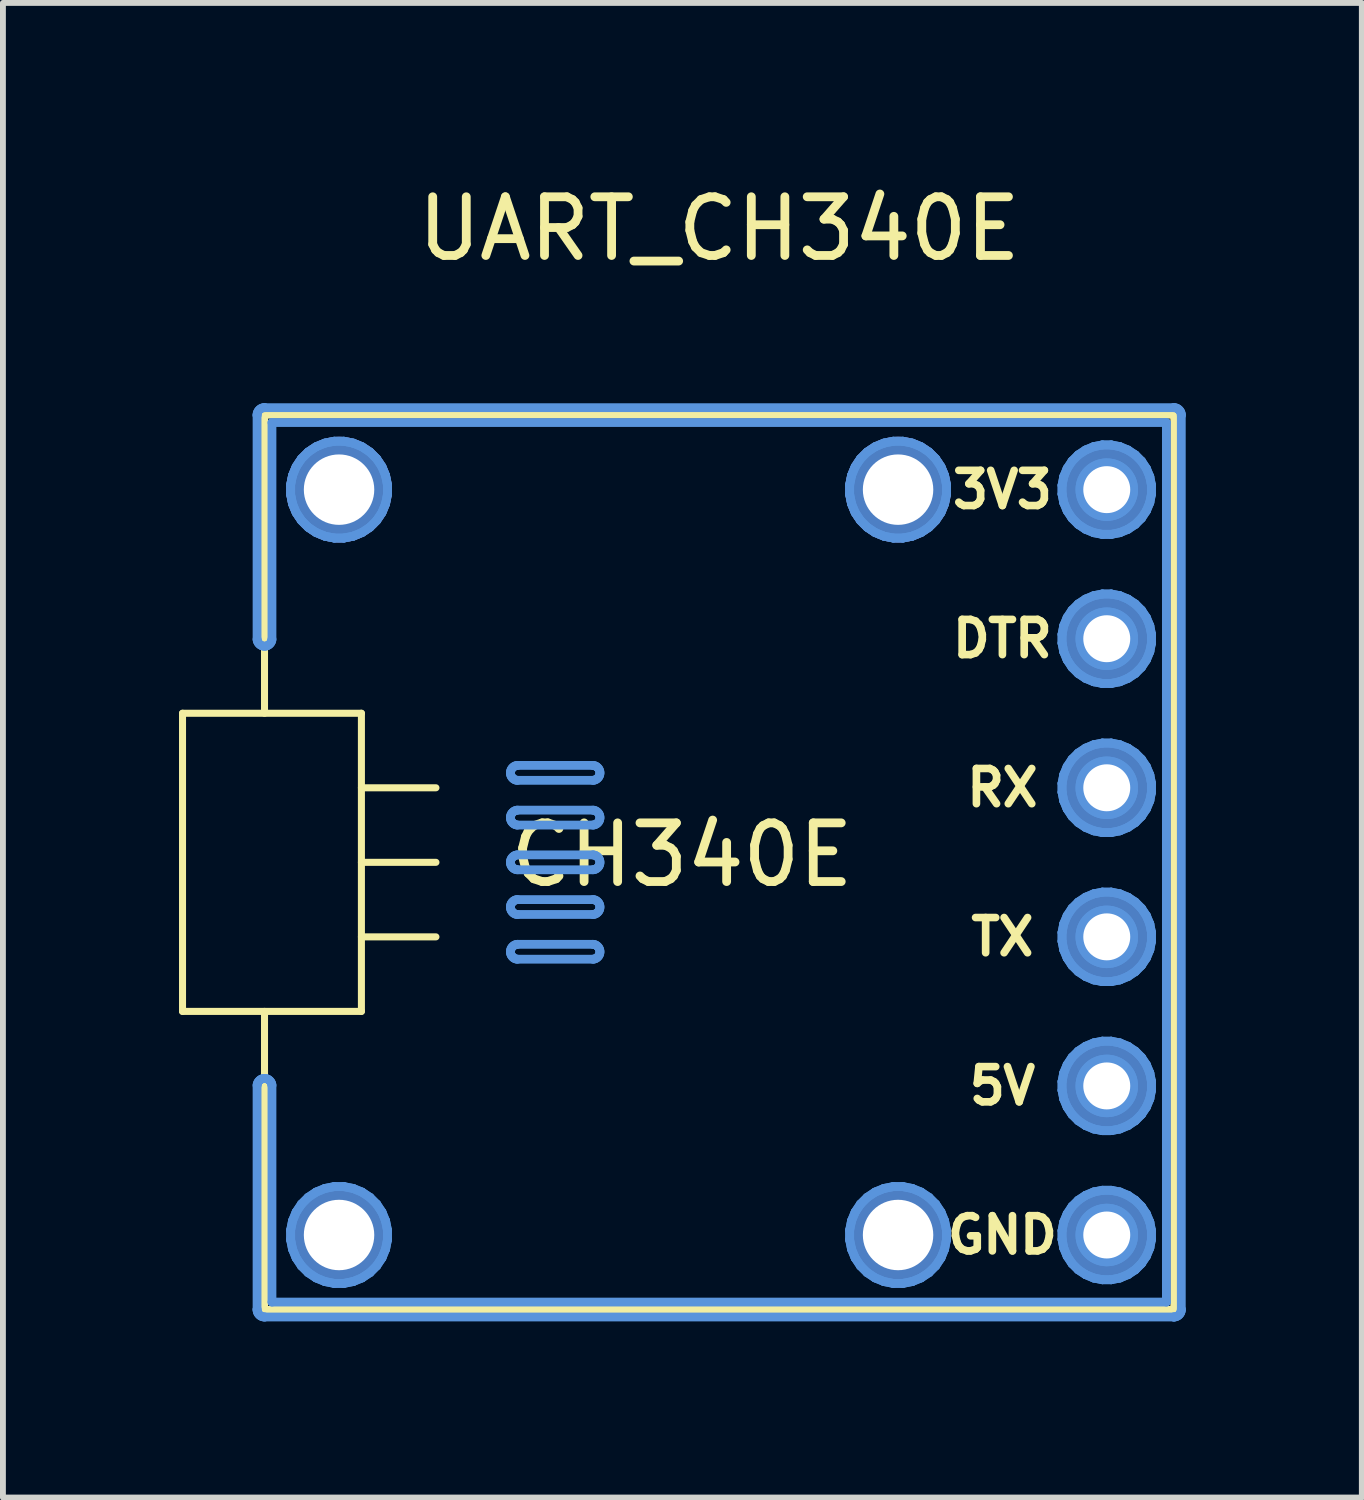
<source format=kicad_pcb>
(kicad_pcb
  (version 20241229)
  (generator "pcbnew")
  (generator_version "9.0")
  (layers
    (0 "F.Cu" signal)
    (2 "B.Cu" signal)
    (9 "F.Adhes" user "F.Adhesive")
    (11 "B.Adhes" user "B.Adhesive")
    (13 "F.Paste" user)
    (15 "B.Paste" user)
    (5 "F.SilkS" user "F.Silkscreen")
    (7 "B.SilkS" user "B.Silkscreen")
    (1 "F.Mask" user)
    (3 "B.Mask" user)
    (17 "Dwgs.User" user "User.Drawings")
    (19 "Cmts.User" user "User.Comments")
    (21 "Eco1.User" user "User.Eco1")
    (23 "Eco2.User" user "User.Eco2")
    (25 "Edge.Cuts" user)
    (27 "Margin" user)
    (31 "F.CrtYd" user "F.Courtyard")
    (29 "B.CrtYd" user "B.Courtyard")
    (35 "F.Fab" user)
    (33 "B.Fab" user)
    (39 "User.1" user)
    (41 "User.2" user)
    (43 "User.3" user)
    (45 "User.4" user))
  (footprint "UART_CH340E"
    (layer "F.Cu")
    (at 15.808 5.293)
    (property "Reference" "UART_CH340E" (at -6.604 -4.445 0) (layer "F.SilkS") (effects (font (size 1 1) (thickness 0.15))))
    (attr through_hole)
    (fp_line (start -15.748 3.81) (end -15.748 8.89) (stroke (width 0.12) (type solid)) (layer "F.SilkS"))
    (fp_line (start -15.748 3.81) (end -12.7 3.81) (stroke (width 0.12) (type solid)) (layer "F.SilkS"))
    (fp_line (start -14.351 -1.27) (end -14.351 3.81) (stroke (width 0.12) (type solid)) (layer "F.SilkS"))
    (fp_line (start -14.351 -1.27) (end 1.143 -1.27) (stroke (width 0.12) (type solid)) (layer "F.SilkS"))
    (fp_line (start -14.351 13.97) (end -14.351 8.89) (stroke (width 0.12) (type solid)) (layer "F.SilkS"))
    (fp_line (start -12.7 3.81) (end -12.7 8.89) (stroke (width 0.12) (type solid)) (layer "F.SilkS"))
    (fp_line (start -12.7 5.08) (end -11.43 5.08) (stroke (width 0.12) (type solid)) (layer "F.SilkS"))
    (fp_line (start -12.7 6.35) (end -11.43 6.35) (stroke (width 0.12) (type solid)) (layer "F.SilkS"))
    (fp_line (start -12.7 7.62) (end -11.43 7.62) (stroke (width 0.12) (type solid)) (layer "F.SilkS"))
    (fp_line (start -12.7 8.89) (end -15.748 8.89) (stroke (width 0.12) (type solid)) (layer "F.SilkS"))
    (fp_line (start 1.143 -1.27) (end 1.143 13.97) (stroke (width 0.12) (type solid)) (layer "F.SilkS"))
    (fp_line (start 1.143 13.97) (end -14.351 13.97) (stroke (width 0.12) (type solid)) (layer "F.SilkS"))
    (fp_line (start -14.479 -1.27) (end -14.476 -1.295) (stroke (width 0.15) (type solid)) (layer "Cmts.User"))
    (fp_line (start -14.479 13.97) (end -14.478 13.964) (stroke (width 0.15) (type solid)) (layer "Cmts.User"))
    (fp_line (start -14.478 -1.264) (end -14.479 -1.27) (stroke (width 0.15) (type solid)) (layer "Cmts.User"))
    (fp_line (start -14.478 2.546) (end -14.478 -1.264) (stroke (width 0.15) (type solid)) (layer "Cmts.User"))
    (fp_line (start -14.478 10.154) (end -14.476 10.135) (stroke (width 0.15) (type solid)) (layer "Cmts.User"))
    (fp_line (start -14.478 13.964) (end -14.478 10.154) (stroke (width 0.15) (type solid)) (layer "Cmts.User"))
    (fp_line (start -14.476 -1.295) (end -14.469 -1.319) (stroke (width 0.15) (type solid)) (layer "Cmts.User"))
    (fp_line (start -14.476 2.565) (end -14.478 2.546) (stroke (width 0.15) (type solid)) (layer "Cmts.User"))
    (fp_line (start -14.476 10.135) (end -14.469 10.111) (stroke (width 0.15) (type solid)) (layer "Cmts.User"))
    (fp_line (start -14.476 13.995) (end -14.479 13.97) (stroke (width 0.15) (type solid)) (layer "Cmts.User"))
    (fp_line (start -14.469 -1.319) (end -14.457 -1.341) (stroke (width 0.15) (type solid)) (layer "Cmts.User"))
    (fp_line (start -14.469 2.589) (end -14.476 2.565) (stroke (width 0.15) (type solid)) (layer "Cmts.User"))
    (fp_line (start -14.469 10.111) (end -14.457 10.089) (stroke (width 0.15) (type solid)) (layer "Cmts.User"))
    (fp_line (start -14.469 14.019) (end -14.476 13.995) (stroke (width 0.15) (type solid)) (layer "Cmts.User"))
    (fp_line (start -14.457 -1.341) (end -14.441 -1.36) (stroke (width 0.15) (type solid)) (layer "Cmts.User"))
    (fp_line (start -14.457 2.611) (end -14.469 2.589) (stroke (width 0.15) (type solid)) (layer "Cmts.User"))
    (fp_line (start -14.457 10.089) (end -14.441 10.07) (stroke (width 0.15) (type solid)) (layer "Cmts.User"))
    (fp_line (start -14.457 14.041) (end -14.469 14.019) (stroke (width 0.15) (type solid)) (layer "Cmts.User"))
    (fp_line (start -14.441 -1.36) (end -14.422 -1.376) (stroke (width 0.15) (type solid)) (layer "Cmts.User"))
    (fp_line (start -14.441 2.63) (end -14.457 2.611) (stroke (width 0.15) (type solid)) (layer "Cmts.User"))
    (fp_line (start -14.441 10.07) (end -14.422 10.054) (stroke (width 0.15) (type solid)) (layer "Cmts.User"))
    (fp_line (start -14.441 14.06) (end -14.457 14.041) (stroke (width 0.15) (type solid)) (layer "Cmts.User"))
    (fp_line (start -14.422 -1.376) (end -14.4 -1.388) (stroke (width 0.15) (type solid)) (layer "Cmts.User"))
    (fp_line (start -14.422 2.646) (end -14.441 2.63) (stroke (width 0.15) (type solid)) (layer "Cmts.User"))
    (fp_line (start -14.422 10.054) (end -14.4 10.042) (stroke (width 0.15) (type solid)) (layer "Cmts.User"))
    (fp_line (start -14.422 14.076) (end -14.441 14.06) (stroke (width 0.15) (type solid)) (layer "Cmts.User"))
    (fp_line (start -14.4 -1.388) (end -14.376 -1.395) (stroke (width 0.15) (type solid)) (layer "Cmts.User"))
    (fp_line (start -14.4 2.658) (end -14.422 2.646) (stroke (width 0.15) (type solid)) (layer "Cmts.User"))
    (fp_line (start -14.4 10.042) (end -14.376 10.035) (stroke (width 0.15) (type solid)) (layer "Cmts.User"))
    (fp_line (start -14.4 14.088) (end -14.422 14.076) (stroke (width 0.15) (type solid)) (layer "Cmts.User"))
    (fp_line (start -14.376 -1.395) (end -14.357 -1.397) (stroke (width 0.15) (type solid)) (layer "Cmts.User"))
    (fp_line (start -14.376 2.665) (end -14.4 2.658) (stroke (width 0.15) (type solid)) (layer "Cmts.User"))
    (fp_line (start -14.376 10.035) (end -14.351 10.032) (stroke (width 0.15) (type solid)) (layer "Cmts.User"))
    (fp_line (start -14.376 14.095) (end -14.4 14.088) (stroke (width 0.15) (type solid)) (layer "Cmts.User"))
    (fp_line (start -14.357 -1.397) (end -14.351 -1.398) (stroke (width 0.15) (type solid)) (layer "Cmts.User"))
    (fp_line (start -14.351 -1.398) (end -14.345 -1.397) (stroke (width 0.15) (type solid)) (layer "Cmts.User"))
    (fp_line (start -14.351 2.668) (end -14.376 2.665) (stroke (width 0.15) (type solid)) (layer "Cmts.User"))
    (fp_line (start -14.351 10.032) (end -14.326 10.035) (stroke (width 0.15) (type solid)) (layer "Cmts.User"))
    (fp_line (start -14.351 14.098) (end -14.376 14.095) (stroke (width 0.15) (type solid)) (layer "Cmts.User"))
    (fp_line (start -14.345 -1.397) (end 1.137 -1.397) (stroke (width 0.15) (type solid)) (layer "Cmts.User"))
    (fp_line (start -14.345 14.097) (end -14.351 14.098) (stroke (width 0.15) (type solid)) (layer "Cmts.User"))
    (fp_line (start -14.326 2.665) (end -14.351 2.668) (stroke (width 0.15) (type solid)) (layer "Cmts.User"))
    (fp_line (start -14.326 10.035) (end -14.302 10.042) (stroke (width 0.15) (type solid)) (layer "Cmts.User"))
    (fp_line (start -14.302 2.658) (end -14.326 2.665) (stroke (width 0.15) (type solid)) (layer "Cmts.User"))
    (fp_line (start -14.302 10.042) (end -14.28 10.054) (stroke (width 0.15) (type solid)) (layer "Cmts.User"))
    (fp_line (start -14.28 2.646) (end -14.302 2.658) (stroke (width 0.15) (type solid)) (layer "Cmts.User"))
    (fp_line (start -14.28 10.054) (end -14.261 10.07) (stroke (width 0.15) (type solid)) (layer "Cmts.User"))
    (fp_line (start -14.261 2.63) (end -14.28 2.646) (stroke (width 0.15) (type solid)) (layer "Cmts.User"))
    (fp_line (start -14.261 10.07) (end -14.245 10.089) (stroke (width 0.15) (type solid)) (layer "Cmts.User"))
    (fp_line (start -14.245 2.611) (end -14.261 2.63) (stroke (width 0.15) (type solid)) (layer "Cmts.User"))
    (fp_line (start -14.245 10.089) (end -14.233 10.111) (stroke (width 0.15) (type solid)) (layer "Cmts.User"))
    (fp_line (start -14.233 2.589) (end -14.245 2.611) (stroke (width 0.15) (type solid)) (layer "Cmts.User"))
    (fp_line (start -14.233 10.111) (end -14.226 10.135) (stroke (width 0.15) (type solid)) (layer "Cmts.User"))
    (fp_line (start -14.226 2.565) (end -14.233 2.589) (stroke (width 0.15) (type solid)) (layer "Cmts.User"))
    (fp_line (start -14.226 10.135) (end -14.224 10.154) (stroke (width 0.15) (type solid)) (layer "Cmts.User"))
    (fp_line (start -14.224 -1.143) (end -14.224 2.546) (stroke (width 0.15) (type solid)) (layer "Cmts.User"))
    (fp_line (start -14.224 2.546) (end -14.226 2.565) (stroke (width 0.15) (type solid)) (layer "Cmts.User"))
    (fp_line (start -14.224 10.154) (end -14.224 13.843) (stroke (width 0.15) (type solid)) (layer "Cmts.User"))
    (fp_line (start -14.224 13.843) (end 1.016 13.843) (stroke (width 0.15) (type solid)) (layer "Cmts.User"))
    (fp_line (start -13.906 -0.081) (end -13.874 -0.241) (stroke (width 0.15) (type solid)) (layer "Cmts.User"))
    (fp_line (start -13.906 -0.081) (end -13.874 -0.241) (stroke (width 0.15) (type solid)) (layer "Cmts.User"))
    (fp_line (start -13.906 0.081) (end -13.906 -0.081) (stroke (width 0.15) (type solid)) (layer "Cmts.User"))
    (fp_line (start -13.906 0.081) (end -13.906 -0.081) (stroke (width 0.15) (type solid)) (layer "Cmts.User"))
    (fp_line (start -13.906 12.619) (end -13.874 12.459) (stroke (width 0.15) (type solid)) (layer "Cmts.User"))
    (fp_line (start -13.906 12.619) (end -13.874 12.459) (stroke (width 0.15) (type solid)) (layer "Cmts.User"))
    (fp_line (start -13.906 12.781) (end -13.906 12.619) (stroke (width 0.15) (type solid)) (layer "Cmts.User"))
    (fp_line (start -13.906 12.781) (end -13.906 12.619) (stroke (width 0.15) (type solid)) (layer "Cmts.User"))
    (fp_line (start -13.874 -0.241) (end -13.812 -0.391) (stroke (width 0.15) (type solid)) (layer "Cmts.User"))
    (fp_line (start -13.874 -0.241) (end -13.812 -0.391) (stroke (width 0.15) (type solid)) (layer "Cmts.User"))
    (fp_line (start -13.874 0.241) (end -13.906 0.081) (stroke (width 0.15) (type solid)) (layer "Cmts.User"))
    (fp_line (start -13.874 0.241) (end -13.906 0.081) (stroke (width 0.15) (type solid)) (layer "Cmts.User"))
    (fp_line (start -13.874 12.459) (end -13.812 12.309) (stroke (width 0.15) (type solid)) (layer "Cmts.User"))
    (fp_line (start -13.874 12.459) (end -13.812 12.309) (stroke (width 0.15) (type solid)) (layer "Cmts.User"))
    (fp_line (start -13.874 12.941) (end -13.906 12.781) (stroke (width 0.15) (type solid)) (layer "Cmts.User"))
    (fp_line (start -13.874 12.941) (end -13.906 12.781) (stroke (width 0.15) (type solid)) (layer "Cmts.User"))
    (fp_line (start -13.812 -0.391) (end -13.722 -0.526) (stroke (width 0.15) (type solid)) (layer "Cmts.User"))
    (fp_line (start -13.812 -0.391) (end -13.722 -0.526) (stroke (width 0.15) (type solid)) (layer "Cmts.User"))
    (fp_line (start -13.812 0.391) (end -13.874 0.241) (stroke (width 0.15) (type solid)) (layer "Cmts.User"))
    (fp_line (start -13.812 0.391) (end -13.874 0.241) (stroke (width 0.15) (type solid)) (layer "Cmts.User"))
    (fp_line (start -13.812 12.309) (end -13.722 12.174) (stroke (width 0.15) (type solid)) (layer "Cmts.User"))
    (fp_line (start -13.812 12.309) (end -13.722 12.174) (stroke (width 0.15) (type solid)) (layer "Cmts.User"))
    (fp_line (start -13.812 13.091) (end -13.874 12.941) (stroke (width 0.15) (type solid)) (layer "Cmts.User"))
    (fp_line (start -13.812 13.091) (end -13.874 12.941) (stroke (width 0.15) (type solid)) (layer "Cmts.User"))
    (fp_line (start -13.722 -0.526) (end -13.607 -0.641) (stroke (width 0.15) (type solid)) (layer "Cmts.User"))
    (fp_line (start -13.722 -0.526) (end -13.607 -0.641) (stroke (width 0.15) (type solid)) (layer "Cmts.User"))
    (fp_line (start -13.722 0.526) (end -13.812 0.391) (stroke (width 0.15) (type solid)) (layer "Cmts.User"))
    (fp_line (start -13.722 0.526) (end -13.812 0.391) (stroke (width 0.15) (type solid)) (layer "Cmts.User"))
    (fp_line (start -13.722 12.174) (end -13.607 12.059) (stroke (width 0.15) (type solid)) (layer "Cmts.User"))
    (fp_line (start -13.722 12.174) (end -13.607 12.059) (stroke (width 0.15) (type solid)) (layer "Cmts.User"))
    (fp_line (start -13.722 13.226) (end -13.812 13.091) (stroke (width 0.15) (type solid)) (layer "Cmts.User"))
    (fp_line (start -13.722 13.226) (end -13.812 13.091) (stroke (width 0.15) (type solid)) (layer "Cmts.User"))
    (fp_line (start -13.607 -0.641) (end -13.472 -0.731) (stroke (width 0.15) (type solid)) (layer "Cmts.User"))
    (fp_line (start -13.607 -0.641) (end -13.472 -0.731) (stroke (width 0.15) (type solid)) (layer "Cmts.User"))
    (fp_line (start -13.607 0.641) (end -13.722 0.526) (stroke (width 0.15) (type solid)) (layer "Cmts.User"))
    (fp_line (start -13.607 0.641) (end -13.722 0.526) (stroke (width 0.15) (type solid)) (layer "Cmts.User"))
    (fp_line (start -13.607 12.059) (end -13.472 11.969) (stroke (width 0.15) (type solid)) (layer "Cmts.User"))
    (fp_line (start -13.607 12.059) (end -13.472 11.969) (stroke (width 0.15) (type solid)) (layer "Cmts.User"))
    (fp_line (start -13.607 13.341) (end -13.722 13.226) (stroke (width 0.15) (type solid)) (layer "Cmts.User"))
    (fp_line (start -13.607 13.341) (end -13.722 13.226) (stroke (width 0.15) (type solid)) (layer "Cmts.User"))
    (fp_line (start -13.472 -0.731) (end -13.322 -0.793) (stroke (width 0.15) (type solid)) (layer "Cmts.User"))
    (fp_line (start -13.472 -0.731) (end -13.322 -0.793) (stroke (width 0.15) (type solid)) (layer "Cmts.User"))
    (fp_line (start -13.472 0.731) (end -13.607 0.641) (stroke (width 0.15) (type solid)) (layer "Cmts.User"))
    (fp_line (start -13.472 0.731) (end -13.607 0.641) (stroke (width 0.15) (type solid)) (layer "Cmts.User"))
    (fp_line (start -13.472 11.969) (end -13.322 11.907) (stroke (width 0.15) (type solid)) (layer "Cmts.User"))
    (fp_line (start -13.472 11.969) (end -13.322 11.907) (stroke (width 0.15) (type solid)) (layer "Cmts.User"))
    (fp_line (start -13.472 13.431) (end -13.607 13.341) (stroke (width 0.15) (type solid)) (layer "Cmts.User"))
    (fp_line (start -13.472 13.431) (end -13.607 13.341) (stroke (width 0.15) (type solid)) (layer "Cmts.User"))
    (fp_line (start -13.322 -0.793) (end -13.162 -0.825) (stroke (width 0.15) (type solid)) (layer "Cmts.User"))
    (fp_line (start -13.322 -0.793) (end -13.162 -0.825) (stroke (width 0.15) (type solid)) (layer "Cmts.User"))
    (fp_line (start -13.322 0.793) (end -13.472 0.731) (stroke (width 0.15) (type solid)) (layer "Cmts.User"))
    (fp_line (start -13.322 0.793) (end -13.472 0.731) (stroke (width 0.15) (type solid)) (layer "Cmts.User"))
    (fp_line (start -13.322 11.907) (end -13.162 11.875) (stroke (width 0.15) (type solid)) (layer "Cmts.User"))
    (fp_line (start -13.322 11.907) (end -13.162 11.875) (stroke (width 0.15) (type solid)) (layer "Cmts.User"))
    (fp_line (start -13.322 13.493) (end -13.472 13.431) (stroke (width 0.15) (type solid)) (layer "Cmts.User"))
    (fp_line (start -13.322 13.493) (end -13.472 13.431) (stroke (width 0.15) (type solid)) (layer "Cmts.User"))
    (fp_line (start -13.162 -0.825) (end -13 -0.825) (stroke (width 0.15) (type solid)) (layer "Cmts.User"))
    (fp_line (start -13.162 -0.825) (end -13 -0.825) (stroke (width 0.15) (type solid)) (layer "Cmts.User"))
    (fp_line (start -13.162 0.825) (end -13.322 0.793) (stroke (width 0.15) (type solid)) (layer "Cmts.User"))
    (fp_line (start -13.162 0.825) (end -13.322 0.793) (stroke (width 0.15) (type solid)) (layer "Cmts.User"))
    (fp_line (start -13.162 11.875) (end -13 11.875) (stroke (width 0.15) (type solid)) (layer "Cmts.User"))
    (fp_line (start -13.162 11.875) (end -13 11.875) (stroke (width 0.15) (type solid)) (layer "Cmts.User"))
    (fp_line (start -13.162 13.525) (end -13.322 13.493) (stroke (width 0.15) (type solid)) (layer "Cmts.User"))
    (fp_line (start -13.162 13.525) (end -13.322 13.493) (stroke (width 0.15) (type solid)) (layer "Cmts.User"))
    (fp_line (start -13 -0.825) (end -12.84 -0.793) (stroke (width 0.15) (type solid)) (layer "Cmts.User"))
    (fp_line (start -13 -0.825) (end -12.84 -0.793) (stroke (width 0.15) (type solid)) (layer "Cmts.User"))
    (fp_line (start -13 0.825) (end -13.162 0.825) (stroke (width 0.15) (type solid)) (layer "Cmts.User"))
    (fp_line (start -13 0.825) (end -13.162 0.825) (stroke (width 0.15) (type solid)) (layer "Cmts.User"))
    (fp_line (start -13 11.875) (end -12.84 11.907) (stroke (width 0.15) (type solid)) (layer "Cmts.User"))
    (fp_line (start -13 11.875) (end -12.84 11.907) (stroke (width 0.15) (type solid)) (layer "Cmts.User"))
    (fp_line (start -13 13.525) (end -13.162 13.525) (stroke (width 0.15) (type solid)) (layer "Cmts.User"))
    (fp_line (start -13 13.525) (end -13.162 13.525) (stroke (width 0.15) (type solid)) (layer "Cmts.User"))
    (fp_line (start -12.84 -0.793) (end -12.69 -0.731) (stroke (width 0.15) (type solid)) (layer "Cmts.User"))
    (fp_line (start -12.84 -0.793) (end -12.69 -0.731) (stroke (width 0.15) (type solid)) (layer "Cmts.User"))
    (fp_line (start -12.84 0.793) (end -13 0.825) (stroke (width 0.15) (type solid)) (layer "Cmts.User"))
    (fp_line (start -12.84 0.793) (end -13 0.825) (stroke (width 0.15) (type solid)) (layer "Cmts.User"))
    (fp_line (start -12.84 11.907) (end -12.69 11.969) (stroke (width 0.15) (type solid)) (layer "Cmts.User"))
    (fp_line (start -12.84 11.907) (end -12.69 11.969) (stroke (width 0.15) (type solid)) (layer "Cmts.User"))
    (fp_line (start -12.84 13.493) (end -13 13.525) (stroke (width 0.15) (type solid)) (layer "Cmts.User"))
    (fp_line (start -12.84 13.493) (end -13 13.525) (stroke (width 0.15) (type solid)) (layer "Cmts.User"))
    (fp_line (start -12.69 -0.731) (end -12.555 -0.641) (stroke (width 0.15) (type solid)) (layer "Cmts.User"))
    (fp_line (start -12.69 -0.731) (end -12.555 -0.641) (stroke (width 0.15) (type solid)) (layer "Cmts.User"))
    (fp_line (start -12.69 0.731) (end -12.84 0.793) (stroke (width 0.15) (type solid)) (layer "Cmts.User"))
    (fp_line (start -12.69 0.731) (end -12.84 0.793) (stroke (width 0.15) (type solid)) (layer "Cmts.User"))
    (fp_line (start -12.69 11.969) (end -12.555 12.059) (stroke (width 0.15) (type solid)) (layer "Cmts.User"))
    (fp_line (start -12.69 11.969) (end -12.555 12.059) (stroke (width 0.15) (type solid)) (layer "Cmts.User"))
    (fp_line (start -12.69 13.431) (end -12.84 13.493) (stroke (width 0.15) (type solid)) (layer "Cmts.User"))
    (fp_line (start -12.69 13.431) (end -12.84 13.493) (stroke (width 0.15) (type solid)) (layer "Cmts.User"))
    (fp_line (start -12.555 -0.641) (end -12.44 -0.526) (stroke (width 0.15) (type solid)) (layer "Cmts.User"))
    (fp_line (start -12.555 -0.641) (end -12.44 -0.526) (stroke (width 0.15) (type solid)) (layer "Cmts.User"))
    (fp_line (start -12.555 0.641) (end -12.69 0.731) (stroke (width 0.15) (type solid)) (layer "Cmts.User"))
    (fp_line (start -12.555 0.641) (end -12.69 0.731) (stroke (width 0.15) (type solid)) (layer "Cmts.User"))
    (fp_line (start -12.555 12.059) (end -12.44 12.174) (stroke (width 0.15) (type solid)) (layer "Cmts.User"))
    (fp_line (start -12.555 12.059) (end -12.44 12.174) (stroke (width 0.15) (type solid)) (layer "Cmts.User"))
    (fp_line (start -12.555 13.341) (end -12.69 13.431) (stroke (width 0.15) (type solid)) (layer "Cmts.User"))
    (fp_line (start -12.555 13.341) (end -12.69 13.431) (stroke (width 0.15) (type solid)) (layer "Cmts.User"))
    (fp_line (start -12.44 -0.526) (end -12.35 -0.391) (stroke (width 0.15) (type solid)) (layer "Cmts.User"))
    (fp_line (start -12.44 -0.526) (end -12.35 -0.391) (stroke (width 0.15) (type solid)) (layer "Cmts.User"))
    (fp_line (start -12.44 0.526) (end -12.555 0.641) (stroke (width 0.15) (type solid)) (layer "Cmts.User"))
    (fp_line (start -12.44 0.526) (end -12.555 0.641) (stroke (width 0.15) (type solid)) (layer "Cmts.User"))
    (fp_line (start -12.44 12.174) (end -12.35 12.309) (stroke (width 0.15) (type solid)) (layer "Cmts.User"))
    (fp_line (start -12.44 12.174) (end -12.35 12.309) (stroke (width 0.15) (type solid)) (layer "Cmts.User"))
    (fp_line (start -12.44 13.226) (end -12.555 13.341) (stroke (width 0.15) (type solid)) (layer "Cmts.User"))
    (fp_line (start -12.44 13.226) (end -12.555 13.341) (stroke (width 0.15) (type solid)) (layer "Cmts.User"))
    (fp_line (start -12.35 -0.391) (end -12.288 -0.241) (stroke (width 0.15) (type solid)) (layer "Cmts.User"))
    (fp_line (start -12.35 -0.391) (end -12.288 -0.241) (stroke (width 0.15) (type solid)) (layer "Cmts.User"))
    (fp_line (start -12.35 0.391) (end -12.44 0.526) (stroke (width 0.15) (type solid)) (layer "Cmts.User"))
    (fp_line (start -12.35 0.391) (end -12.44 0.526) (stroke (width 0.15) (type solid)) (layer "Cmts.User"))
    (fp_line (start -12.35 12.309) (end -12.288 12.459) (stroke (width 0.15) (type solid)) (layer "Cmts.User"))
    (fp_line (start -12.35 12.309) (end -12.288 12.459) (stroke (width 0.15) (type solid)) (layer "Cmts.User"))
    (fp_line (start -12.35 13.091) (end -12.44 13.226) (stroke (width 0.15) (type solid)) (layer "Cmts.User"))
    (fp_line (start -12.35 13.091) (end -12.44 13.226) (stroke (width 0.15) (type solid)) (layer "Cmts.User"))
    (fp_line (start -12.288 -0.241) (end -12.256 -0.081) (stroke (width 0.15) (type solid)) (layer "Cmts.User"))
    (fp_line (start -12.288 -0.241) (end -12.256 -0.081) (stroke (width 0.15) (type solid)) (layer "Cmts.User"))
    (fp_line (start -12.288 0.241) (end -12.35 0.391) (stroke (width 0.15) (type solid)) (layer "Cmts.User"))
    (fp_line (start -12.288 0.241) (end -12.35 0.391) (stroke (width 0.15) (type solid)) (layer "Cmts.User"))
    (fp_line (start -12.288 12.459) (end -12.256 12.619) (stroke (width 0.15) (type solid)) (layer "Cmts.User"))
    (fp_line (start -12.288 12.459) (end -12.256 12.619) (stroke (width 0.15) (type solid)) (layer "Cmts.User"))
    (fp_line (start -12.288 12.941) (end -12.35 13.091) (stroke (width 0.15) (type solid)) (layer "Cmts.User"))
    (fp_line (start -12.288 12.941) (end -12.35 13.091) (stroke (width 0.15) (type solid)) (layer "Cmts.User"))
    (fp_line (start -12.256 -0.081) (end -12.256 0.081) (stroke (width 0.15) (type solid)) (layer "Cmts.User"))
    (fp_line (start -12.256 -0.081) (end -12.256 0.081) (stroke (width 0.15) (type solid)) (layer "Cmts.User"))
    (fp_line (start -12.256 0.081) (end -12.288 0.241) (stroke (width 0.15) (type solid)) (layer "Cmts.User"))
    (fp_line (start -12.256 0.081) (end -12.288 0.241) (stroke (width 0.15) (type solid)) (layer "Cmts.User"))
    (fp_line (start -12.256 12.619) (end -12.256 12.781) (stroke (width 0.15) (type solid)) (layer "Cmts.User"))
    (fp_line (start -12.256 12.619) (end -12.256 12.781) (stroke (width 0.15) (type solid)) (layer "Cmts.User"))
    (fp_line (start -12.256 12.781) (end -12.288 12.941) (stroke (width 0.15) (type solid)) (layer "Cmts.User"))
    (fp_line (start -12.256 12.781) (end -12.288 12.941) (stroke (width 0.15) (type solid)) (layer "Cmts.User"))
    (fp_line (start -10.161 4.826) (end -10.158 4.801) (stroke (width 0.15) (type solid)) (layer "Cmts.User"))
    (fp_line (start -10.161 5.588) (end -10.158 5.563) (stroke (width 0.15) (type solid)) (layer "Cmts.User"))
    (fp_line (start -10.161 6.35) (end -10.158 6.325) (stroke (width 0.15) (type solid)) (layer "Cmts.User"))
    (fp_line (start -10.161 7.112) (end -10.158 7.087) (stroke (width 0.15) (type solid)) (layer "Cmts.User"))
    (fp_line (start -10.161 7.874) (end -10.158 7.849) (stroke (width 0.15) (type solid)) (layer "Cmts.User"))
    (fp_line (start -10.158 4.801) (end -10.151 4.777) (stroke (width 0.15) (type solid)) (layer "Cmts.User"))
    (fp_line (start -10.158 4.851) (end -10.161 4.826) (stroke (width 0.15) (type solid)) (layer "Cmts.User"))
    (fp_line (start -10.158 5.563) (end -10.151 5.539) (stroke (width 0.15) (type solid)) (layer "Cmts.User"))
    (fp_line (start -10.158 5.613) (end -10.161 5.588) (stroke (width 0.15) (type solid)) (layer "Cmts.User"))
    (fp_line (start -10.158 6.325) (end -10.151 6.301) (stroke (width 0.15) (type solid)) (layer "Cmts.User"))
    (fp_line (start -10.158 6.375) (end -10.161 6.35) (stroke (width 0.15) (type solid)) (layer "Cmts.User"))
    (fp_line (start -10.158 7.087) (end -10.151 7.063) (stroke (width 0.15) (type solid)) (layer "Cmts.User"))
    (fp_line (start -10.158 7.137) (end -10.161 7.112) (stroke (width 0.15) (type solid)) (layer "Cmts.User"))
    (fp_line (start -10.158 7.849) (end -10.151 7.825) (stroke (width 0.15) (type solid)) (layer "Cmts.User"))
    (fp_line (start -10.158 7.899) (end -10.161 7.874) (stroke (width 0.15) (type solid)) (layer "Cmts.User"))
    (fp_line (start -10.151 4.777) (end -10.139 4.755) (stroke (width 0.15) (type solid)) (layer "Cmts.User"))
    (fp_line (start -10.151 4.875) (end -10.158 4.851) (stroke (width 0.15) (type solid)) (layer "Cmts.User"))
    (fp_line (start -10.151 5.539) (end -10.139 5.517) (stroke (width 0.15) (type solid)) (layer "Cmts.User"))
    (fp_line (start -10.151 5.637) (end -10.158 5.613) (stroke (width 0.15) (type solid)) (layer "Cmts.User"))
    (fp_line (start -10.151 6.301) (end -10.139 6.279) (stroke (width 0.15) (type solid)) (layer "Cmts.User"))
    (fp_line (start -10.151 6.399) (end -10.158 6.375) (stroke (width 0.15) (type solid)) (layer "Cmts.User"))
    (fp_line (start -10.151 7.063) (end -10.139 7.041) (stroke (width 0.15) (type solid)) (layer "Cmts.User"))
    (fp_line (start -10.151 7.161) (end -10.158 7.137) (stroke (width 0.15) (type solid)) (layer "Cmts.User"))
    (fp_line (start -10.151 7.825) (end -10.139 7.803) (stroke (width 0.15) (type solid)) (layer "Cmts.User"))
    (fp_line (start -10.151 7.923) (end -10.158 7.899) (stroke (width 0.15) (type solid)) (layer "Cmts.User"))
    (fp_line (start -10.139 4.755) (end -10.123 4.736) (stroke (width 0.15) (type solid)) (layer "Cmts.User"))
    (fp_line (start -10.139 4.897) (end -10.151 4.875) (stroke (width 0.15) (type solid)) (layer "Cmts.User"))
    (fp_line (start -10.139 5.517) (end -10.123 5.498) (stroke (width 0.15) (type solid)) (layer "Cmts.User"))
    (fp_line (start -10.139 5.659) (end -10.151 5.637) (stroke (width 0.15) (type solid)) (layer "Cmts.User"))
    (fp_line (start -10.139 6.279) (end -10.123 6.26) (stroke (width 0.15) (type solid)) (layer "Cmts.User"))
    (fp_line (start -10.139 6.421) (end -10.151 6.399) (stroke (width 0.15) (type solid)) (layer "Cmts.User"))
    (fp_line (start -10.139 7.041) (end -10.123 7.022) (stroke (width 0.15) (type solid)) (layer "Cmts.User"))
    (fp_line (start -10.139 7.183) (end -10.151 7.161) (stroke (width 0.15) (type solid)) (layer "Cmts.User"))
    (fp_line (start -10.139 7.803) (end -10.123 7.784) (stroke (width 0.15) (type solid)) (layer "Cmts.User"))
    (fp_line (start -10.139 7.945) (end -10.151 7.923) (stroke (width 0.15) (type solid)) (layer "Cmts.User"))
    (fp_line (start -10.123 4.736) (end -10.104 4.72) (stroke (width 0.15) (type solid)) (layer "Cmts.User"))
    (fp_line (start -10.123 4.916) (end -10.139 4.897) (stroke (width 0.15) (type solid)) (layer "Cmts.User"))
    (fp_line (start -10.123 5.498) (end -10.104 5.482) (stroke (width 0.15) (type solid)) (layer "Cmts.User"))
    (fp_line (start -10.123 5.678) (end -10.139 5.659) (stroke (width 0.15) (type solid)) (layer "Cmts.User"))
    (fp_line (start -10.123 6.26) (end -10.104 6.244) (stroke (width 0.15) (type solid)) (layer "Cmts.User"))
    (fp_line (start -10.123 6.44) (end -10.139 6.421) (stroke (width 0.15) (type solid)) (layer "Cmts.User"))
    (fp_line (start -10.123 7.022) (end -10.104 7.006) (stroke (width 0.15) (type solid)) (layer "Cmts.User"))
    (fp_line (start -10.123 7.202) (end -10.139 7.183) (stroke (width 0.15) (type solid)) (layer "Cmts.User"))
    (fp_line (start -10.123 7.784) (end -10.104 7.768) (stroke (width 0.15) (type solid)) (layer "Cmts.User"))
    (fp_line (start -10.123 7.964) (end -10.139 7.945) (stroke (width 0.15) (type solid)) (layer "Cmts.User"))
    (fp_line (start -10.104 4.72) (end -10.082 4.708) (stroke (width 0.15) (type solid)) (layer "Cmts.User"))
    (fp_line (start -10.104 4.932) (end -10.123 4.916) (stroke (width 0.15) (type solid)) (layer "Cmts.User"))
    (fp_line (start -10.104 5.482) (end -10.082 5.47) (stroke (width 0.15) (type solid)) (layer "Cmts.User"))
    (fp_line (start -10.104 5.694) (end -10.123 5.678) (stroke (width 0.15) (type solid)) (layer "Cmts.User"))
    (fp_line (start -10.104 6.244) (end -10.082 6.232) (stroke (width 0.15) (type solid)) (layer "Cmts.User"))
    (fp_line (start -10.104 6.456) (end -10.123 6.44) (stroke (width 0.15) (type solid)) (layer "Cmts.User"))
    (fp_line (start -10.104 7.006) (end -10.082 6.994) (stroke (width 0.15) (type solid)) (layer "Cmts.User"))
    (fp_line (start -10.104 7.218) (end -10.123 7.202) (stroke (width 0.15) (type solid)) (layer "Cmts.User"))
    (fp_line (start -10.104 7.768) (end -10.082 7.756) (stroke (width 0.15) (type solid)) (layer "Cmts.User"))
    (fp_line (start -10.104 7.98) (end -10.123 7.964) (stroke (width 0.15) (type solid)) (layer "Cmts.User"))
    (fp_line (start -10.082 4.708) (end -10.058 4.701) (stroke (width 0.15) (type solid)) (layer "Cmts.User"))
    (fp_line (start -10.082 4.944) (end -10.104 4.932) (stroke (width 0.15) (type solid)) (layer "Cmts.User"))
    (fp_line (start -10.082 5.47) (end -10.058 5.463) (stroke (width 0.15) (type solid)) (layer "Cmts.User"))
    (fp_line (start -10.082 5.706) (end -10.104 5.694) (stroke (width 0.15) (type solid)) (layer "Cmts.User"))
    (fp_line (start -10.082 6.232) (end -10.058 6.225) (stroke (width 0.15) (type solid)) (layer "Cmts.User"))
    (fp_line (start -10.082 6.468) (end -10.104 6.456) (stroke (width 0.15) (type solid)) (layer "Cmts.User"))
    (fp_line (start -10.082 6.994) (end -10.058 6.987) (stroke (width 0.15) (type solid)) (layer "Cmts.User"))
    (fp_line (start -10.082 7.23) (end -10.104 7.218) (stroke (width 0.15) (type solid)) (layer "Cmts.User"))
    (fp_line (start -10.082 7.756) (end -10.058 7.749) (stroke (width 0.15) (type solid)) (layer "Cmts.User"))
    (fp_line (start -10.082 7.992) (end -10.104 7.98) (stroke (width 0.15) (type solid)) (layer "Cmts.User"))
    (fp_line (start -10.058 4.701) (end -10.039 4.699) (stroke (width 0.15) (type solid)) (layer "Cmts.User"))
    (fp_line (start -10.058 4.951) (end -10.082 4.944) (stroke (width 0.15) (type solid)) (layer "Cmts.User"))
    (fp_line (start -10.058 5.463) (end -10.039 5.461) (stroke (width 0.15) (type solid)) (layer "Cmts.User"))
    (fp_line (start -10.058 5.713) (end -10.082 5.706) (stroke (width 0.15) (type solid)) (layer "Cmts.User"))
    (fp_line (start -10.058 6.225) (end -10.039 6.223) (stroke (width 0.15) (type solid)) (layer "Cmts.User"))
    (fp_line (start -10.058 6.475) (end -10.082 6.468) (stroke (width 0.15) (type solid)) (layer "Cmts.User"))
    (fp_line (start -10.058 6.987) (end -10.039 6.985) (stroke (width 0.15) (type solid)) (layer "Cmts.User"))
    (fp_line (start -10.058 7.237) (end -10.082 7.23) (stroke (width 0.15) (type solid)) (layer "Cmts.User"))
    (fp_line (start -10.058 7.749) (end -10.039 7.747) (stroke (width 0.15) (type solid)) (layer "Cmts.User"))
    (fp_line (start -10.058 7.999) (end -10.082 7.992) (stroke (width 0.15) (type solid)) (layer "Cmts.User"))
    (fp_line (start -10.039 4.699) (end -8.757 4.699) (stroke (width 0.15) (type solid)) (layer "Cmts.User"))
    (fp_line (start -10.039 4.953) (end -10.058 4.951) (stroke (width 0.15) (type solid)) (layer "Cmts.User"))
    (fp_line (start -10.039 5.461) (end -8.757 5.461) (stroke (width 0.15) (type solid)) (layer "Cmts.User"))
    (fp_line (start -10.039 5.715) (end -10.058 5.713) (stroke (width 0.15) (type solid)) (layer "Cmts.User"))
    (fp_line (start -10.039 6.223) (end -8.757 6.223) (stroke (width 0.15) (type solid)) (layer "Cmts.User"))
    (fp_line (start -10.039 6.477) (end -10.058 6.475) (stroke (width 0.15) (type solid)) (layer "Cmts.User"))
    (fp_line (start -10.039 6.985) (end -8.757 6.985) (stroke (width 0.15) (type solid)) (layer "Cmts.User"))
    (fp_line (start -10.039 7.239) (end -10.058 7.237) (stroke (width 0.15) (type solid)) (layer "Cmts.User"))
    (fp_line (start -10.039 7.747) (end -8.757 7.747) (stroke (width 0.15) (type solid)) (layer "Cmts.User"))
    (fp_line (start -10.039 8.001) (end -10.058 7.999) (stroke (width 0.15) (type solid)) (layer "Cmts.User"))
    (fp_line (start -8.757 4.699) (end -8.738 4.701) (stroke (width 0.15) (type solid)) (layer "Cmts.User"))
    (fp_line (start -8.757 4.953) (end -10.039 4.953) (stroke (width 0.15) (type solid)) (layer "Cmts.User"))
    (fp_line (start -8.757 5.461) (end -8.738 5.463) (stroke (width 0.15) (type solid)) (layer "Cmts.User"))
    (fp_line (start -8.757 5.715) (end -10.039 5.715) (stroke (width 0.15) (type solid)) (layer "Cmts.User"))
    (fp_line (start -8.757 6.223) (end -8.738 6.225) (stroke (width 0.15) (type solid)) (layer "Cmts.User"))
    (fp_line (start -8.757 6.477) (end -10.039 6.477) (stroke (width 0.15) (type solid)) (layer "Cmts.User"))
    (fp_line (start -8.757 6.985) (end -8.738 6.987) (stroke (width 0.15) (type solid)) (layer "Cmts.User"))
    (fp_line (start -8.757 7.239) (end -10.039 7.239) (stroke (width 0.15) (type solid)) (layer "Cmts.User"))
    (fp_line (start -8.757 7.747) (end -8.738 7.749) (stroke (width 0.15) (type solid)) (layer "Cmts.User"))
    (fp_line (start -8.757 8.001) (end -10.039 8.001) (stroke (width 0.15) (type solid)) (layer "Cmts.User"))
    (fp_line (start -8.738 4.701) (end -8.714 4.708) (stroke (width 0.15) (type solid)) (layer "Cmts.User"))
    (fp_line (start -8.738 4.951) (end -8.757 4.953) (stroke (width 0.15) (type solid)) (layer "Cmts.User"))
    (fp_line (start -8.738 5.463) (end -8.714 5.47) (stroke (width 0.15) (type solid)) (layer "Cmts.User"))
    (fp_line (start -8.738 5.713) (end -8.757 5.715) (stroke (width 0.15) (type solid)) (layer "Cmts.User"))
    (fp_line (start -8.738 6.225) (end -8.714 6.232) (stroke (width 0.15) (type solid)) (layer "Cmts.User"))
    (fp_line (start -8.738 6.475) (end -8.757 6.477) (stroke (width 0.15) (type solid)) (layer "Cmts.User"))
    (fp_line (start -8.738 6.987) (end -8.714 6.994) (stroke (width 0.15) (type solid)) (layer "Cmts.User"))
    (fp_line (start -8.738 7.237) (end -8.757 7.239) (stroke (width 0.15) (type solid)) (layer "Cmts.User"))
    (fp_line (start -8.738 7.749) (end -8.714 7.756) (stroke (width 0.15) (type solid)) (layer "Cmts.User"))
    (fp_line (start -8.738 7.999) (end -8.757 8.001) (stroke (width 0.15) (type solid)) (layer "Cmts.User"))
    (fp_line (start -8.714 4.708) (end -8.692 4.72) (stroke (width 0.15) (type solid)) (layer "Cmts.User"))
    (fp_line (start -8.714 4.944) (end -8.738 4.951) (stroke (width 0.15) (type solid)) (layer "Cmts.User"))
    (fp_line (start -8.714 5.47) (end -8.692 5.482) (stroke (width 0.15) (type solid)) (layer "Cmts.User"))
    (fp_line (start -8.714 5.706) (end -8.738 5.713) (stroke (width 0.15) (type solid)) (layer "Cmts.User"))
    (fp_line (start -8.714 6.232) (end -8.692 6.244) (stroke (width 0.15) (type solid)) (layer "Cmts.User"))
    (fp_line (start -8.714 6.468) (end -8.738 6.475) (stroke (width 0.15) (type solid)) (layer "Cmts.User"))
    (fp_line (start -8.714 6.994) (end -8.692 7.006) (stroke (width 0.15) (type solid)) (layer "Cmts.User"))
    (fp_line (start -8.714 7.23) (end -8.738 7.237) (stroke (width 0.15) (type solid)) (layer "Cmts.User"))
    (fp_line (start -8.714 7.756) (end -8.692 7.768) (stroke (width 0.15) (type solid)) (layer "Cmts.User"))
    (fp_line (start -8.714 7.992) (end -8.738 7.999) (stroke (width 0.15) (type solid)) (layer "Cmts.User"))
    (fp_line (start -8.692 4.72) (end -8.673 4.736) (stroke (width 0.15) (type solid)) (layer "Cmts.User"))
    (fp_line (start -8.692 4.932) (end -8.714 4.944) (stroke (width 0.15) (type solid)) (layer "Cmts.User"))
    (fp_line (start -8.692 5.482) (end -8.673 5.498) (stroke (width 0.15) (type solid)) (layer "Cmts.User"))
    (fp_line (start -8.692 5.694) (end -8.714 5.706) (stroke (width 0.15) (type solid)) (layer "Cmts.User"))
    (fp_line (start -8.692 6.244) (end -8.673 6.26) (stroke (width 0.15) (type solid)) (layer "Cmts.User"))
    (fp_line (start -8.692 6.456) (end -8.714 6.468) (stroke (width 0.15) (type solid)) (layer "Cmts.User"))
    (fp_line (start -8.692 7.006) (end -8.673 7.022) (stroke (width 0.15) (type solid)) (layer "Cmts.User"))
    (fp_line (start -8.692 7.218) (end -8.714 7.23) (stroke (width 0.15) (type solid)) (layer "Cmts.User"))
    (fp_line (start -8.692 7.768) (end -8.673 7.784) (stroke (width 0.15) (type solid)) (layer "Cmts.User"))
    (fp_line (start -8.692 7.98) (end -8.714 7.992) (stroke (width 0.15) (type solid)) (layer "Cmts.User"))
    (fp_line (start -8.673 4.736) (end -8.657 4.755) (stroke (width 0.15) (type solid)) (layer "Cmts.User"))
    (fp_line (start -8.673 4.916) (end -8.692 4.932) (stroke (width 0.15) (type solid)) (layer "Cmts.User"))
    (fp_line (start -8.673 5.498) (end -8.657 5.517) (stroke (width 0.15) (type solid)) (layer "Cmts.User"))
    (fp_line (start -8.673 5.678) (end -8.692 5.694) (stroke (width 0.15) (type solid)) (layer "Cmts.User"))
    (fp_line (start -8.673 6.26) (end -8.657 6.279) (stroke (width 0.15) (type solid)) (layer "Cmts.User"))
    (fp_line (start -8.673 6.44) (end -8.692 6.456) (stroke (width 0.15) (type solid)) (layer "Cmts.User"))
    (fp_line (start -8.673 7.022) (end -8.657 7.041) (stroke (width 0.15) (type solid)) (layer "Cmts.User"))
    (fp_line (start -8.673 7.202) (end -8.692 7.218) (stroke (width 0.15) (type solid)) (layer "Cmts.User"))
    (fp_line (start -8.673 7.784) (end -8.657 7.803) (stroke (width 0.15) (type solid)) (layer "Cmts.User"))
    (fp_line (start -8.673 7.964) (end -8.692 7.98) (stroke (width 0.15) (type solid)) (layer "Cmts.User"))
    (fp_line (start -8.657 4.755) (end -8.645 4.777) (stroke (width 0.15) (type solid)) (layer "Cmts.User"))
    (fp_line (start -8.657 4.897) (end -8.673 4.916) (stroke (width 0.15) (type solid)) (layer "Cmts.User"))
    (fp_line (start -8.657 5.517) (end -8.645 5.539) (stroke (width 0.15) (type solid)) (layer "Cmts.User"))
    (fp_line (start -8.657 5.659) (end -8.673 5.678) (stroke (width 0.15) (type solid)) (layer "Cmts.User"))
    (fp_line (start -8.657 6.279) (end -8.645 6.301) (stroke (width 0.15) (type solid)) (layer "Cmts.User"))
    (fp_line (start -8.657 6.421) (end -8.673 6.44) (stroke (width 0.15) (type solid)) (layer "Cmts.User"))
    (fp_line (start -8.657 7.041) (end -8.645 7.063) (stroke (width 0.15) (type solid)) (layer "Cmts.User"))
    (fp_line (start -8.657 7.183) (end -8.673 7.202) (stroke (width 0.15) (type solid)) (layer "Cmts.User"))
    (fp_line (start -8.657 7.803) (end -8.645 7.825) (stroke (width 0.15) (type solid)) (layer "Cmts.User"))
    (fp_line (start -8.657 7.945) (end -8.673 7.964) (stroke (width 0.15) (type solid)) (layer "Cmts.User"))
    (fp_line (start -8.645 4.777) (end -8.638 4.801) (stroke (width 0.15) (type solid)) (layer "Cmts.User"))
    (fp_line (start -8.645 4.875) (end -8.657 4.897) (stroke (width 0.15) (type solid)) (layer "Cmts.User"))
    (fp_line (start -8.645 5.539) (end -8.638 5.563) (stroke (width 0.15) (type solid)) (layer "Cmts.User"))
    (fp_line (start -8.645 5.637) (end -8.657 5.659) (stroke (width 0.15) (type solid)) (layer "Cmts.User"))
    (fp_line (start -8.645 6.301) (end -8.638 6.325) (stroke (width 0.15) (type solid)) (layer "Cmts.User"))
    (fp_line (start -8.645 6.399) (end -8.657 6.421) (stroke (width 0.15) (type solid)) (layer "Cmts.User"))
    (fp_line (start -8.645 7.063) (end -8.638 7.087) (stroke (width 0.15) (type solid)) (layer "Cmts.User"))
    (fp_line (start -8.645 7.161) (end -8.657 7.183) (stroke (width 0.15) (type solid)) (layer "Cmts.User"))
    (fp_line (start -8.645 7.825) (end -8.638 7.849) (stroke (width 0.15) (type solid)) (layer "Cmts.User"))
    (fp_line (start -8.645 7.923) (end -8.657 7.945) (stroke (width 0.15) (type solid)) (layer "Cmts.User"))
    (fp_line (start -8.638 4.801) (end -8.635 4.826) (stroke (width 0.15) (type solid)) (layer "Cmts.User"))
    (fp_line (start -8.638 4.851) (end -8.645 4.875) (stroke (width 0.15) (type solid)) (layer "Cmts.User"))
    (fp_line (start -8.638 5.563) (end -8.635 5.588) (stroke (width 0.15) (type solid)) (layer "Cmts.User"))
    (fp_line (start -8.638 5.613) (end -8.645 5.637) (stroke (width 0.15) (type solid)) (layer "Cmts.User"))
    (fp_line (start -8.638 6.325) (end -8.635 6.35) (stroke (width 0.15) (type solid)) (layer "Cmts.User"))
    (fp_line (start -8.638 6.375) (end -8.645 6.399) (stroke (width 0.15) (type solid)) (layer "Cmts.User"))
    (fp_line (start -8.638 7.087) (end -8.635 7.112) (stroke (width 0.15) (type solid)) (layer "Cmts.User"))
    (fp_line (start -8.638 7.137) (end -8.645 7.161) (stroke (width 0.15) (type solid)) (layer "Cmts.User"))
    (fp_line (start -8.638 7.849) (end -8.635 7.874) (stroke (width 0.15) (type solid)) (layer "Cmts.User"))
    (fp_line (start -8.638 7.899) (end -8.645 7.923) (stroke (width 0.15) (type solid)) (layer "Cmts.User"))
    (fp_line (start -8.635 4.826) (end -8.638 4.851) (stroke (width 0.15) (type solid)) (layer "Cmts.User"))
    (fp_line (start -8.635 5.588) (end -8.638 5.613) (stroke (width 0.15) (type solid)) (layer "Cmts.User"))
    (fp_line (start -8.635 6.35) (end -8.638 6.375) (stroke (width 0.15) (type solid)) (layer "Cmts.User"))
    (fp_line (start -8.635 7.112) (end -8.638 7.137) (stroke (width 0.15) (type solid)) (layer "Cmts.User"))
    (fp_line (start -8.635 7.874) (end -8.638 7.899) (stroke (width 0.15) (type solid)) (layer "Cmts.User"))
    (fp_line (start -4.381 -0.081) (end -4.349 -0.241) (stroke (width 0.15) (type solid)) (layer "Cmts.User"))
    (fp_line (start -4.381 -0.081) (end -4.349 -0.241) (stroke (width 0.15) (type solid)) (layer "Cmts.User"))
    (fp_line (start -4.381 0.081) (end -4.381 -0.081) (stroke (width 0.15) (type solid)) (layer "Cmts.User"))
    (fp_line (start -4.381 0.081) (end -4.381 -0.081) (stroke (width 0.15) (type solid)) (layer "Cmts.User"))
    (fp_line (start -4.381 12.619) (end -4.349 12.459) (stroke (width 0.15) (type solid)) (layer "Cmts.User"))
    (fp_line (start -4.381 12.619) (end -4.349 12.459) (stroke (width 0.15) (type solid)) (layer "Cmts.User"))
    (fp_line (start -4.381 12.781) (end -4.381 12.619) (stroke (width 0.15) (type solid)) (layer "Cmts.User"))
    (fp_line (start -4.381 12.781) (end -4.381 12.619) (stroke (width 0.15) (type solid)) (layer "Cmts.User"))
    (fp_line (start -4.349 -0.241) (end -4.287 -0.391) (stroke (width 0.15) (type solid)) (layer "Cmts.User"))
    (fp_line (start -4.349 -0.241) (end -4.287 -0.391) (stroke (width 0.15) (type solid)) (layer "Cmts.User"))
    (fp_line (start -4.349 0.241) (end -4.381 0.081) (stroke (width 0.15) (type solid)) (layer "Cmts.User"))
    (fp_line (start -4.349 0.241) (end -4.381 0.081) (stroke (width 0.15) (type solid)) (layer "Cmts.User"))
    (fp_line (start -4.349 12.459) (end -4.287 12.309) (stroke (width 0.15) (type solid)) (layer "Cmts.User"))
    (fp_line (start -4.349 12.459) (end -4.287 12.309) (stroke (width 0.15) (type solid)) (layer "Cmts.User"))
    (fp_line (start -4.349 12.941) (end -4.381 12.781) (stroke (width 0.15) (type solid)) (layer "Cmts.User"))
    (fp_line (start -4.349 12.941) (end -4.381 12.781) (stroke (width 0.15) (type solid)) (layer "Cmts.User"))
    (fp_line (start -4.287 -0.391) (end -4.197 -0.526) (stroke (width 0.15) (type solid)) (layer "Cmts.User"))
    (fp_line (start -4.287 -0.391) (end -4.197 -0.526) (stroke (width 0.15) (type solid)) (layer "Cmts.User"))
    (fp_line (start -4.287 0.391) (end -4.349 0.241) (stroke (width 0.15) (type solid)) (layer "Cmts.User"))
    (fp_line (start -4.287 0.391) (end -4.349 0.241) (stroke (width 0.15) (type solid)) (layer "Cmts.User"))
    (fp_line (start -4.287 12.309) (end -4.197 12.174) (stroke (width 0.15) (type solid)) (layer "Cmts.User"))
    (fp_line (start -4.287 12.309) (end -4.197 12.174) (stroke (width 0.15) (type solid)) (layer "Cmts.User"))
    (fp_line (start -4.287 13.091) (end -4.349 12.941) (stroke (width 0.15) (type solid)) (layer "Cmts.User"))
    (fp_line (start -4.287 13.091) (end -4.349 12.941) (stroke (width 0.15) (type solid)) (layer "Cmts.User"))
    (fp_line (start -4.197 -0.526) (end -4.082 -0.641) (stroke (width 0.15) (type solid)) (layer "Cmts.User"))
    (fp_line (start -4.197 -0.526) (end -4.082 -0.641) (stroke (width 0.15) (type solid)) (layer "Cmts.User"))
    (fp_line (start -4.197 0.526) (end -4.287 0.391) (stroke (width 0.15) (type solid)) (layer "Cmts.User"))
    (fp_line (start -4.197 0.526) (end -4.287 0.391) (stroke (width 0.15) (type solid)) (layer "Cmts.User"))
    (fp_line (start -4.197 12.174) (end -4.082 12.059) (stroke (width 0.15) (type solid)) (layer "Cmts.User"))
    (fp_line (start -4.197 12.174) (end -4.082 12.059) (stroke (width 0.15) (type solid)) (layer "Cmts.User"))
    (fp_line (start -4.197 13.226) (end -4.287 13.091) (stroke (width 0.15) (type solid)) (layer "Cmts.User"))
    (fp_line (start -4.197 13.226) (end -4.287 13.091) (stroke (width 0.15) (type solid)) (layer "Cmts.User"))
    (fp_line (start -4.082 -0.641) (end -3.947 -0.731) (stroke (width 0.15) (type solid)) (layer "Cmts.User"))
    (fp_line (start -4.082 -0.641) (end -3.947 -0.731) (stroke (width 0.15) (type solid)) (layer "Cmts.User"))
    (fp_line (start -4.082 0.641) (end -4.197 0.526) (stroke (width 0.15) (type solid)) (layer "Cmts.User"))
    (fp_line (start -4.082 0.641) (end -4.197 0.526) (stroke (width 0.15) (type solid)) (layer "Cmts.User"))
    (fp_line (start -4.082 12.059) (end -3.947 11.969) (stroke (width 0.15) (type solid)) (layer "Cmts.User"))
    (fp_line (start -4.082 12.059) (end -3.947 11.969) (stroke (width 0.15) (type solid)) (layer "Cmts.User"))
    (fp_line (start -4.082 13.341) (end -4.197 13.226) (stroke (width 0.15) (type solid)) (layer "Cmts.User"))
    (fp_line (start -4.082 13.341) (end -4.197 13.226) (stroke (width 0.15) (type solid)) (layer "Cmts.User"))
    (fp_line (start -3.947 -0.731) (end -3.797 -0.793) (stroke (width 0.15) (type solid)) (layer "Cmts.User"))
    (fp_line (start -3.947 -0.731) (end -3.797 -0.793) (stroke (width 0.15) (type solid)) (layer "Cmts.User"))
    (fp_line (start -3.947 0.731) (end -4.082 0.641) (stroke (width 0.15) (type solid)) (layer "Cmts.User"))
    (fp_line (start -3.947 0.731) (end -4.082 0.641) (stroke (width 0.15) (type solid)) (layer "Cmts.User"))
    (fp_line (start -3.947 11.969) (end -3.797 11.907) (stroke (width 0.15) (type solid)) (layer "Cmts.User"))
    (fp_line (start -3.947 11.969) (end -3.797 11.907) (stroke (width 0.15) (type solid)) (layer "Cmts.User"))
    (fp_line (start -3.947 13.431) (end -4.082 13.341) (stroke (width 0.15) (type solid)) (layer "Cmts.User"))
    (fp_line (start -3.947 13.431) (end -4.082 13.341) (stroke (width 0.15) (type solid)) (layer "Cmts.User"))
    (fp_line (start -3.797 -0.793) (end -3.637 -0.825) (stroke (width 0.15) (type solid)) (layer "Cmts.User"))
    (fp_line (start -3.797 -0.793) (end -3.637 -0.825) (stroke (width 0.15) (type solid)) (layer "Cmts.User"))
    (fp_line (start -3.797 0.793) (end -3.947 0.731) (stroke (width 0.15) (type solid)) (layer "Cmts.User"))
    (fp_line (start -3.797 0.793) (end -3.947 0.731) (stroke (width 0.15) (type solid)) (layer "Cmts.User"))
    (fp_line (start -3.797 11.907) (end -3.637 11.875) (stroke (width 0.15) (type solid)) (layer "Cmts.User"))
    (fp_line (start -3.797 11.907) (end -3.637 11.875) (stroke (width 0.15) (type solid)) (layer "Cmts.User"))
    (fp_line (start -3.797 13.493) (end -3.947 13.431) (stroke (width 0.15) (type solid)) (layer "Cmts.User"))
    (fp_line (start -3.797 13.493) (end -3.947 13.431) (stroke (width 0.15) (type solid)) (layer "Cmts.User"))
    (fp_line (start -3.637 -0.825) (end -3.475 -0.825) (stroke (width 0.15) (type solid)) (layer "Cmts.User"))
    (fp_line (start -3.637 -0.825) (end -3.475 -0.825) (stroke (width 0.15) (type solid)) (layer "Cmts.User"))
    (fp_line (start -3.637 0.825) (end -3.797 0.793) (stroke (width 0.15) (type solid)) (layer "Cmts.User"))
    (fp_line (start -3.637 0.825) (end -3.797 0.793) (stroke (width 0.15) (type solid)) (layer "Cmts.User"))
    (fp_line (start -3.637 11.875) (end -3.475 11.875) (stroke (width 0.15) (type solid)) (layer "Cmts.User"))
    (fp_line (start -3.637 11.875) (end -3.475 11.875) (stroke (width 0.15) (type solid)) (layer "Cmts.User"))
    (fp_line (start -3.637 13.525) (end -3.797 13.493) (stroke (width 0.15) (type solid)) (layer "Cmts.User"))
    (fp_line (start -3.637 13.525) (end -3.797 13.493) (stroke (width 0.15) (type solid)) (layer "Cmts.User"))
    (fp_line (start -3.475 -0.825) (end -3.315 -0.793) (stroke (width 0.15) (type solid)) (layer "Cmts.User"))
    (fp_line (start -3.475 -0.825) (end -3.315 -0.793) (stroke (width 0.15) (type solid)) (layer "Cmts.User"))
    (fp_line (start -3.475 0.825) (end -3.637 0.825) (stroke (width 0.15) (type solid)) (layer "Cmts.User"))
    (fp_line (start -3.475 0.825) (end -3.637 0.825) (stroke (width 0.15) (type solid)) (layer "Cmts.User"))
    (fp_line (start -3.475 11.875) (end -3.315 11.907) (stroke (width 0.15) (type solid)) (layer "Cmts.User"))
    (fp_line (start -3.475 11.875) (end -3.315 11.907) (stroke (width 0.15) (type solid)) (layer "Cmts.User"))
    (fp_line (start -3.475 13.525) (end -3.637 13.525) (stroke (width 0.15) (type solid)) (layer "Cmts.User"))
    (fp_line (start -3.475 13.525) (end -3.637 13.525) (stroke (width 0.15) (type solid)) (layer "Cmts.User"))
    (fp_line (start -3.315 -0.793) (end -3.165 -0.731) (stroke (width 0.15) (type solid)) (layer "Cmts.User"))
    (fp_line (start -3.315 -0.793) (end -3.165 -0.731) (stroke (width 0.15) (type solid)) (layer "Cmts.User"))
    (fp_line (start -3.315 0.793) (end -3.475 0.825) (stroke (width 0.15) (type solid)) (layer "Cmts.User"))
    (fp_line (start -3.315 0.793) (end -3.475 0.825) (stroke (width 0.15) (type solid)) (layer "Cmts.User"))
    (fp_line (start -3.315 11.907) (end -3.165 11.969) (stroke (width 0.15) (type solid)) (layer "Cmts.User"))
    (fp_line (start -3.315 11.907) (end -3.165 11.969) (stroke (width 0.15) (type solid)) (layer "Cmts.User"))
    (fp_line (start -3.315 13.493) (end -3.475 13.525) (stroke (width 0.15) (type solid)) (layer "Cmts.User"))
    (fp_line (start -3.315 13.493) (end -3.475 13.525) (stroke (width 0.15) (type solid)) (layer "Cmts.User"))
    (fp_line (start -3.165 -0.731) (end -3.03 -0.641) (stroke (width 0.15) (type solid)) (layer "Cmts.User"))
    (fp_line (start -3.165 -0.731) (end -3.03 -0.641) (stroke (width 0.15) (type solid)) (layer "Cmts.User"))
    (fp_line (start -3.165 0.731) (end -3.315 0.793) (stroke (width 0.15) (type solid)) (layer "Cmts.User"))
    (fp_line (start -3.165 0.731) (end -3.315 0.793) (stroke (width 0.15) (type solid)) (layer "Cmts.User"))
    (fp_line (start -3.165 11.969) (end -3.03 12.059) (stroke (width 0.15) (type solid)) (layer "Cmts.User"))
    (fp_line (start -3.165 11.969) (end -3.03 12.059) (stroke (width 0.15) (type solid)) (layer "Cmts.User"))
    (fp_line (start -3.165 13.431) (end -3.315 13.493) (stroke (width 0.15) (type solid)) (layer "Cmts.User"))
    (fp_line (start -3.165 13.431) (end -3.315 13.493) (stroke (width 0.15) (type solid)) (layer "Cmts.User"))
    (fp_line (start -3.03 -0.641) (end -2.915 -0.526) (stroke (width 0.15) (type solid)) (layer "Cmts.User"))
    (fp_line (start -3.03 -0.641) (end -2.915 -0.526) (stroke (width 0.15) (type solid)) (layer "Cmts.User"))
    (fp_line (start -3.03 0.641) (end -3.165 0.731) (stroke (width 0.15) (type solid)) (layer "Cmts.User"))
    (fp_line (start -3.03 0.641) (end -3.165 0.731) (stroke (width 0.15) (type solid)) (layer "Cmts.User"))
    (fp_line (start -3.03 12.059) (end -2.915 12.174) (stroke (width 0.15) (type solid)) (layer "Cmts.User"))
    (fp_line (start -3.03 12.059) (end -2.915 12.174) (stroke (width 0.15) (type solid)) (layer "Cmts.User"))
    (fp_line (start -3.03 13.341) (end -3.165 13.431) (stroke (width 0.15) (type solid)) (layer "Cmts.User"))
    (fp_line (start -3.03 13.341) (end -3.165 13.431) (stroke (width 0.15) (type solid)) (layer "Cmts.User"))
    (fp_line (start -2.915 -0.526) (end -2.825 -0.391) (stroke (width 0.15) (type solid)) (layer "Cmts.User"))
    (fp_line (start -2.915 -0.526) (end -2.825 -0.391) (stroke (width 0.15) (type solid)) (layer "Cmts.User"))
    (fp_line (start -2.915 0.526) (end -3.03 0.641) (stroke (width 0.15) (type solid)) (layer "Cmts.User"))
    (fp_line (start -2.915 0.526) (end -3.03 0.641) (stroke (width 0.15) (type solid)) (layer "Cmts.User"))
    (fp_line (start -2.915 12.174) (end -2.825 12.309) (stroke (width 0.15) (type solid)) (layer "Cmts.User"))
    (fp_line (start -2.915 12.174) (end -2.825 12.309) (stroke (width 0.15) (type solid)) (layer "Cmts.User"))
    (fp_line (start -2.915 13.226) (end -3.03 13.341) (stroke (width 0.15) (type solid)) (layer "Cmts.User"))
    (fp_line (start -2.915 13.226) (end -3.03 13.341) (stroke (width 0.15) (type solid)) (layer "Cmts.User"))
    (fp_line (start -2.825 -0.391) (end -2.763 -0.241) (stroke (width 0.15) (type solid)) (layer "Cmts.User"))
    (fp_line (start -2.825 -0.391) (end -2.763 -0.241) (stroke (width 0.15) (type solid)) (layer "Cmts.User"))
    (fp_line (start -2.825 0.391) (end -2.915 0.526) (stroke (width 0.15) (type solid)) (layer "Cmts.User"))
    (fp_line (start -2.825 0.391) (end -2.915 0.526) (stroke (width 0.15) (type solid)) (layer "Cmts.User"))
    (fp_line (start -2.825 12.309) (end -2.763 12.459) (stroke (width 0.15) (type solid)) (layer "Cmts.User"))
    (fp_line (start -2.825 12.309) (end -2.763 12.459) (stroke (width 0.15) (type solid)) (layer "Cmts.User"))
    (fp_line (start -2.825 13.091) (end -2.915 13.226) (stroke (width 0.15) (type solid)) (layer "Cmts.User"))
    (fp_line (start -2.825 13.091) (end -2.915 13.226) (stroke (width 0.15) (type solid)) (layer "Cmts.User"))
    (fp_line (start -2.763 -0.241) (end -2.731 -0.081) (stroke (width 0.15) (type solid)) (layer "Cmts.User"))
    (fp_line (start -2.763 -0.241) (end -2.731 -0.081) (stroke (width 0.15) (type solid)) (layer "Cmts.User"))
    (fp_line (start -2.763 0.241) (end -2.825 0.391) (stroke (width 0.15) (type solid)) (layer "Cmts.User"))
    (fp_line (start -2.763 0.241) (end -2.825 0.391) (stroke (width 0.15) (type solid)) (layer "Cmts.User"))
    (fp_line (start -2.763 12.459) (end -2.731 12.619) (stroke (width 0.15) (type solid)) (layer "Cmts.User"))
    (fp_line (start -2.763 12.459) (end -2.731 12.619) (stroke (width 0.15) (type solid)) (layer "Cmts.User"))
    (fp_line (start -2.763 12.941) (end -2.825 13.091) (stroke (width 0.15) (type solid)) (layer "Cmts.User"))
    (fp_line (start -2.763 12.941) (end -2.825 13.091) (stroke (width 0.15) (type solid)) (layer "Cmts.User"))
    (fp_line (start -2.731 -0.081) (end -2.731 0.081) (stroke (width 0.15) (type solid)) (layer "Cmts.User"))
    (fp_line (start -2.731 -0.081) (end -2.731 0.081) (stroke (width 0.15) (type solid)) (layer "Cmts.User"))
    (fp_line (start -2.731 0.081) (end -2.763 0.241) (stroke (width 0.15) (type solid)) (layer "Cmts.User"))
    (fp_line (start -2.731 0.081) (end -2.763 0.241) (stroke (width 0.15) (type solid)) (layer "Cmts.User"))
    (fp_line (start -2.731 12.619) (end -2.731 12.781) (stroke (width 0.15) (type solid)) (layer "Cmts.User"))
    (fp_line (start -2.731 12.619) (end -2.731 12.781) (stroke (width 0.15) (type solid)) (layer "Cmts.User"))
    (fp_line (start -2.731 12.781) (end -2.763 12.941) (stroke (width 0.15) (type solid)) (layer "Cmts.User"))
    (fp_line (start -2.731 12.781) (end -2.763 12.941) (stroke (width 0.15) (type solid)) (layer "Cmts.User"))
    (fp_line (start -0.762 -0.075) (end -0.733 -0.222) (stroke (width 0.15) (type solid)) (layer "Cmts.User"))
    (fp_line (start -0.762 -0.075) (end -0.733 -0.222) (stroke (width 0.15) (type solid)) (layer "Cmts.User"))
    (fp_line (start -0.762 0.075) (end -0.762 -0.075) (stroke (width 0.15) (type solid)) (layer "Cmts.User"))
    (fp_line (start -0.762 0.075) (end -0.762 -0.075) (stroke (width 0.15) (type solid)) (layer "Cmts.User"))
    (fp_line (start -0.762 2.465) (end -0.733 2.318) (stroke (width 0.15) (type solid)) (layer "Cmts.User"))
    (fp_line (start -0.762 2.465) (end -0.733 2.318) (stroke (width 0.15) (type solid)) (layer "Cmts.User"))
    (fp_line (start -0.762 2.615) (end -0.762 2.465) (stroke (width 0.15) (type solid)) (layer "Cmts.User"))
    (fp_line (start -0.762 2.615) (end -0.762 2.465) (stroke (width 0.15) (type solid)) (layer "Cmts.User"))
    (fp_line (start -0.762 5.005) (end -0.733 4.858) (stroke (width 0.15) (type solid)) (layer "Cmts.User"))
    (fp_line (start -0.762 5.005) (end -0.733 4.858) (stroke (width 0.15) (type solid)) (layer "Cmts.User"))
    (fp_line (start -0.762 5.155) (end -0.762 5.005) (stroke (width 0.15) (type solid)) (layer "Cmts.User"))
    (fp_line (start -0.762 5.155) (end -0.762 5.005) (stroke (width 0.15) (type solid)) (layer "Cmts.User"))
    (fp_line (start -0.762 7.545) (end -0.733 7.398) (stroke (width 0.15) (type solid)) (layer "Cmts.User"))
    (fp_line (start -0.762 7.545) (end -0.733 7.398) (stroke (width 0.15) (type solid)) (layer "Cmts.User"))
    (fp_line (start -0.762 7.695) (end -0.762 7.545) (stroke (width 0.15) (type solid)) (layer "Cmts.User"))
    (fp_line (start -0.762 7.695) (end -0.762 7.545) (stroke (width 0.15) (type solid)) (layer "Cmts.User"))
    (fp_line (start -0.762 10.085) (end -0.733 9.938) (stroke (width 0.15) (type solid)) (layer "Cmts.User"))
    (fp_line (start -0.762 10.085) (end -0.733 9.938) (stroke (width 0.15) (type solid)) (layer "Cmts.User"))
    (fp_line (start -0.762 10.235) (end -0.762 10.085) (stroke (width 0.15) (type solid)) (layer "Cmts.User"))
    (fp_line (start -0.762 10.235) (end -0.762 10.085) (stroke (width 0.15) (type solid)) (layer "Cmts.User"))
    (fp_line (start -0.762 12.625) (end -0.733 12.478) (stroke (width 0.15) (type solid)) (layer "Cmts.User"))
    (fp_line (start -0.762 12.625) (end -0.733 12.478) (stroke (width 0.15) (type solid)) (layer "Cmts.User"))
    (fp_line (start -0.762 12.775) (end -0.762 12.625) (stroke (width 0.15) (type solid)) (layer "Cmts.User"))
    (fp_line (start -0.762 12.775) (end -0.762 12.625) (stroke (width 0.15) (type solid)) (layer "Cmts.User"))
    (fp_line (start -0.733 -0.222) (end -0.675 -0.361) (stroke (width 0.15) (type solid)) (layer "Cmts.User"))
    (fp_line (start -0.733 -0.222) (end -0.675 -0.361) (stroke (width 0.15) (type solid)) (layer "Cmts.User"))
    (fp_line (start -0.733 0.222) (end -0.762 0.075) (stroke (width 0.15) (type solid)) (layer "Cmts.User"))
    (fp_line (start -0.733 0.222) (end -0.762 0.075) (stroke (width 0.15) (type solid)) (layer "Cmts.User"))
    (fp_line (start -0.733 2.318) (end -0.675 2.179) (stroke (width 0.15) (type solid)) (layer "Cmts.User"))
    (fp_line (start -0.733 2.318) (end -0.675 2.179) (stroke (width 0.15) (type solid)) (layer "Cmts.User"))
    (fp_line (start -0.733 2.762) (end -0.762 2.615) (stroke (width 0.15) (type solid)) (layer "Cmts.User"))
    (fp_line (start -0.733 2.762) (end -0.762 2.615) (stroke (width 0.15) (type solid)) (layer "Cmts.User"))
    (fp_line (start -0.733 4.858) (end -0.675 4.719) (stroke (width 0.15) (type solid)) (layer "Cmts.User"))
    (fp_line (start -0.733 4.858) (end -0.675 4.719) (stroke (width 0.15) (type solid)) (layer "Cmts.User"))
    (fp_line (start -0.733 5.302) (end -0.762 5.155) (stroke (width 0.15) (type solid)) (layer "Cmts.User"))
    (fp_line (start -0.733 5.302) (end -0.762 5.155) (stroke (width 0.15) (type solid)) (layer "Cmts.User"))
    (fp_line (start -0.733 7.398) (end -0.675 7.259) (stroke (width 0.15) (type solid)) (layer "Cmts.User"))
    (fp_line (start -0.733 7.398) (end -0.675 7.259) (stroke (width 0.15) (type solid)) (layer "Cmts.User"))
    (fp_line (start -0.733 7.842) (end -0.762 7.695) (stroke (width 0.15) (type solid)) (layer "Cmts.User"))
    (fp_line (start -0.733 7.842) (end -0.762 7.695) (stroke (width 0.15) (type solid)) (layer "Cmts.User"))
    (fp_line (start -0.733 9.938) (end -0.675 9.799) (stroke (width 0.15) (type solid)) (layer "Cmts.User"))
    (fp_line (start -0.733 9.938) (end -0.675 9.799) (stroke (width 0.15) (type solid)) (layer "Cmts.User"))
    (fp_line (start -0.733 10.382) (end -0.762 10.235) (stroke (width 0.15) (type solid)) (layer "Cmts.User"))
    (fp_line (start -0.733 10.382) (end -0.762 10.235) (stroke (width 0.15) (type solid)) (layer "Cmts.User"))
    (fp_line (start -0.733 12.478) (end -0.675 12.339) (stroke (width 0.15) (type solid)) (layer "Cmts.User"))
    (fp_line (start -0.733 12.478) (end -0.675 12.339) (stroke (width 0.15) (type solid)) (layer "Cmts.User"))
    (fp_line (start -0.733 12.922) (end -0.762 12.775) (stroke (width 0.15) (type solid)) (layer "Cmts.User"))
    (fp_line (start -0.733 12.922) (end -0.762 12.775) (stroke (width 0.15) (type solid)) (layer "Cmts.User"))
    (fp_line (start -0.675 -0.361) (end -0.592 -0.486) (stroke (width 0.15) (type solid)) (layer "Cmts.User"))
    (fp_line (start -0.675 -0.361) (end -0.592 -0.486) (stroke (width 0.15) (type solid)) (layer "Cmts.User"))
    (fp_line (start -0.675 0.361) (end -0.733 0.222) (stroke (width 0.15) (type solid)) (layer "Cmts.User"))
    (fp_line (start -0.675 0.361) (end -0.733 0.222) (stroke (width 0.15) (type solid)) (layer "Cmts.User"))
    (fp_line (start -0.675 2.179) (end -0.592 2.054) (stroke (width 0.15) (type solid)) (layer "Cmts.User"))
    (fp_line (start -0.675 2.179) (end -0.592 2.054) (stroke (width 0.15) (type solid)) (layer "Cmts.User"))
    (fp_line (start -0.675 2.901) (end -0.733 2.762) (stroke (width 0.15) (type solid)) (layer "Cmts.User"))
    (fp_line (start -0.675 2.901) (end -0.733 2.762) (stroke (width 0.15) (type solid)) (layer "Cmts.User"))
    (fp_line (start -0.675 4.719) (end -0.592 4.594) (stroke (width 0.15) (type solid)) (layer "Cmts.User"))
    (fp_line (start -0.675 4.719) (end -0.592 4.594) (stroke (width 0.15) (type solid)) (layer "Cmts.User"))
    (fp_line (start -0.675 5.441) (end -0.733 5.302) (stroke (width 0.15) (type solid)) (layer "Cmts.User"))
    (fp_line (start -0.675 5.441) (end -0.733 5.302) (stroke (width 0.15) (type solid)) (layer "Cmts.User"))
    (fp_line (start -0.675 7.259) (end -0.592 7.134) (stroke (width 0.15) (type solid)) (layer "Cmts.User"))
    (fp_line (start -0.675 7.259) (end -0.592 7.134) (stroke (width 0.15) (type solid)) (layer "Cmts.User"))
    (fp_line (start -0.675 7.981) (end -0.733 7.842) (stroke (width 0.15) (type solid)) (layer "Cmts.User"))
    (fp_line (start -0.675 7.981) (end -0.733 7.842) (stroke (width 0.15) (type solid)) (layer "Cmts.User"))
    (fp_line (start -0.675 9.799) (end -0.592 9.674) (stroke (width 0.15) (type solid)) (layer "Cmts.User"))
    (fp_line (start -0.675 9.799) (end -0.592 9.674) (stroke (width 0.15) (type solid)) (layer "Cmts.User"))
    (fp_line (start -0.675 10.521) (end -0.733 10.382) (stroke (width 0.15) (type solid)) (layer "Cmts.User"))
    (fp_line (start -0.675 10.521) (end -0.733 10.382) (stroke (width 0.15) (type solid)) (layer "Cmts.User"))
    (fp_line (start -0.675 12.339) (end -0.592 12.214) (stroke (width 0.15) (type solid)) (layer "Cmts.User"))
    (fp_line (start -0.675 12.339) (end -0.592 12.214) (stroke (width 0.15) (type solid)) (layer "Cmts.User"))
    (fp_line (start -0.675 13.061) (end -0.733 12.922) (stroke (width 0.15) (type solid)) (layer "Cmts.User"))
    (fp_line (start -0.675 13.061) (end -0.733 12.922) (stroke (width 0.15) (type solid)) (layer "Cmts.User"))
    (fp_line (start -0.592 -0.486) (end -0.486 -0.592) (stroke (width 0.15) (type solid)) (layer "Cmts.User"))
    (fp_line (start -0.592 -0.486) (end -0.486 -0.592) (stroke (width 0.15) (type solid)) (layer "Cmts.User"))
    (fp_line (start -0.592 0.486) (end -0.675 0.361) (stroke (width 0.15) (type solid)) (layer "Cmts.User"))
    (fp_line (start -0.592 0.486) (end -0.675 0.361) (stroke (width 0.15) (type solid)) (layer "Cmts.User"))
    (fp_line (start -0.592 2.054) (end -0.486 1.948) (stroke (width 0.15) (type solid)) (layer "Cmts.User"))
    (fp_line (start -0.592 2.054) (end -0.486 1.948) (stroke (width 0.15) (type solid)) (layer "Cmts.User"))
    (fp_line (start -0.592 3.026) (end -0.675 2.901) (stroke (width 0.15) (type solid)) (layer "Cmts.User"))
    (fp_line (start -0.592 3.026) (end -0.675 2.901) (stroke (width 0.15) (type solid)) (layer "Cmts.User"))
    (fp_line (start -0.592 4.594) (end -0.486 4.488) (stroke (width 0.15) (type solid)) (layer "Cmts.User"))
    (fp_line (start -0.592 4.594) (end -0.486 4.488) (stroke (width 0.15) (type solid)) (layer "Cmts.User"))
    (fp_line (start -0.592 5.566) (end -0.675 5.441) (stroke (width 0.15) (type solid)) (layer "Cmts.User"))
    (fp_line (start -0.592 5.566) (end -0.675 5.441) (stroke (width 0.15) (type solid)) (layer "Cmts.User"))
    (fp_line (start -0.592 7.134) (end -0.486 7.028) (stroke (width 0.15) (type solid)) (layer "Cmts.User"))
    (fp_line (start -0.592 7.134) (end -0.486 7.028) (stroke (width 0.15) (type solid)) (layer "Cmts.User"))
    (fp_line (start -0.592 8.106) (end -0.675 7.981) (stroke (width 0.15) (type solid)) (layer "Cmts.User"))
    (fp_line (start -0.592 8.106) (end -0.675 7.981) (stroke (width 0.15) (type solid)) (layer "Cmts.User"))
    (fp_line (start -0.592 9.674) (end -0.486 9.568) (stroke (width 0.15) (type solid)) (layer "Cmts.User"))
    (fp_line (start -0.592 9.674) (end -0.486 9.568) (stroke (width 0.15) (type solid)) (layer "Cmts.User"))
    (fp_line (start -0.592 10.646) (end -0.675 10.521) (stroke (width 0.15) (type solid)) (layer "Cmts.User"))
    (fp_line (start -0.592 10.646) (end -0.675 10.521) (stroke (width 0.15) (type solid)) (layer "Cmts.User"))
    (fp_line (start -0.592 12.214) (end -0.486 12.108) (stroke (width 0.15) (type solid)) (layer "Cmts.User"))
    (fp_line (start -0.592 12.214) (end -0.486 12.108) (stroke (width 0.15) (type solid)) (layer "Cmts.User"))
    (fp_line (start -0.592 13.186) (end -0.675 13.061) (stroke (width 0.15) (type solid)) (layer "Cmts.User"))
    (fp_line (start -0.592 13.186) (end -0.675 13.061) (stroke (width 0.15) (type solid)) (layer "Cmts.User"))
    (fp_line (start -0.486 -0.592) (end -0.361 -0.675) (stroke (width 0.15) (type solid)) (layer "Cmts.User"))
    (fp_line (start -0.486 -0.592) (end -0.361 -0.675) (stroke (width 0.15) (type solid)) (layer "Cmts.User"))
    (fp_line (start -0.486 0.592) (end -0.592 0.486) (stroke (width 0.15) (type solid)) (layer "Cmts.User"))
    (fp_line (start -0.486 0.592) (end -0.592 0.486) (stroke (width 0.15) (type solid)) (layer "Cmts.User"))
    (fp_line (start -0.486 1.948) (end -0.361 1.865) (stroke (width 0.15) (type solid)) (layer "Cmts.User"))
    (fp_line (start -0.486 1.948) (end -0.361 1.865) (stroke (width 0.15) (type solid)) (layer "Cmts.User"))
    (fp_line (start -0.486 3.132) (end -0.592 3.026) (stroke (width 0.15) (type solid)) (layer "Cmts.User"))
    (fp_line (start -0.486 3.132) (end -0.592 3.026) (stroke (width 0.15) (type solid)) (layer "Cmts.User"))
    (fp_line (start -0.486 4.488) (end -0.361 4.405) (stroke (width 0.15) (type solid)) (layer "Cmts.User"))
    (fp_line (start -0.486 4.488) (end -0.361 4.405) (stroke (width 0.15) (type solid)) (layer "Cmts.User"))
    (fp_line (start -0.486 5.672) (end -0.592 5.566) (stroke (width 0.15) (type solid)) (layer "Cmts.User"))
    (fp_line (start -0.486 5.672) (end -0.592 5.566) (stroke (width 0.15) (type solid)) (layer "Cmts.User"))
    (fp_line (start -0.486 7.028) (end -0.361 6.945) (stroke (width 0.15) (type solid)) (layer "Cmts.User"))
    (fp_line (start -0.486 7.028) (end -0.361 6.945) (stroke (width 0.15) (type solid)) (layer "Cmts.User"))
    (fp_line (start -0.486 8.212) (end -0.592 8.106) (stroke (width 0.15) (type solid)) (layer "Cmts.User"))
    (fp_line (start -0.486 8.212) (end -0.592 8.106) (stroke (width 0.15) (type solid)) (layer "Cmts.User"))
    (fp_line (start -0.486 9.568) (end -0.361 9.485) (stroke (width 0.15) (type solid)) (layer "Cmts.User"))
    (fp_line (start -0.486 9.568) (end -0.361 9.485) (stroke (width 0.15) (type solid)) (layer "Cmts.User"))
    (fp_line (start -0.486 10.752) (end -0.592 10.646) (stroke (width 0.15) (type solid)) (layer "Cmts.User"))
    (fp_line (start -0.486 10.752) (end -0.592 10.646) (stroke (width 0.15) (type solid)) (layer "Cmts.User"))
    (fp_line (start -0.486 12.108) (end -0.361 12.025) (stroke (width 0.15) (type solid)) (layer "Cmts.User"))
    (fp_line (start -0.486 12.108) (end -0.361 12.025) (stroke (width 0.15) (type solid)) (layer "Cmts.User"))
    (fp_line (start -0.486 13.292) (end -0.592 13.186) (stroke (width 0.15) (type solid)) (layer "Cmts.User"))
    (fp_line (start -0.486 13.292) (end -0.592 13.186) (stroke (width 0.15) (type solid)) (layer "Cmts.User"))
    (fp_line (start -0.361 -0.675) (end -0.222 -0.733) (stroke (width 0.15) (type solid)) (layer "Cmts.User"))
    (fp_line (start -0.361 -0.675) (end -0.222 -0.733) (stroke (width 0.15) (type solid)) (layer "Cmts.User"))
    (fp_line (start -0.361 0.675) (end -0.486 0.592) (stroke (width 0.15) (type solid)) (layer "Cmts.User"))
    (fp_line (start -0.361 0.675) (end -0.486 0.592) (stroke (width 0.15) (type solid)) (layer "Cmts.User"))
    (fp_line (start -0.361 1.865) (end -0.222 1.807) (stroke (width 0.15) (type solid)) (layer "Cmts.User"))
    (fp_line (start -0.361 1.865) (end -0.222 1.807) (stroke (width 0.15) (type solid)) (layer "Cmts.User"))
    (fp_line (start -0.361 3.215) (end -0.486 3.132) (stroke (width 0.15) (type solid)) (layer "Cmts.User"))
    (fp_line (start -0.361 3.215) (end -0.486 3.132) (stroke (width 0.15) (type solid)) (layer "Cmts.User"))
    (fp_line (start -0.361 4.405) (end -0.222 4.347) (stroke (width 0.15) (type solid)) (layer "Cmts.User"))
    (fp_line (start -0.361 4.405) (end -0.222 4.347) (stroke (width 0.15) (type solid)) (layer "Cmts.User"))
    (fp_line (start -0.361 5.755) (end -0.486 5.672) (stroke (width 0.15) (type solid)) (layer "Cmts.User"))
    (fp_line (start -0.361 5.755) (end -0.486 5.672) (stroke (width 0.15) (type solid)) (layer "Cmts.User"))
    (fp_line (start -0.361 6.945) (end -0.222 6.887) (stroke (width 0.15) (type solid)) (layer "Cmts.User"))
    (fp_line (start -0.361 6.945) (end -0.222 6.887) (stroke (width 0.15) (type solid)) (layer "Cmts.User"))
    (fp_line (start -0.361 8.295) (end -0.486 8.212) (stroke (width 0.15) (type solid)) (layer "Cmts.User"))
    (fp_line (start -0.361 8.295) (end -0.486 8.212) (stroke (width 0.15) (type solid)) (layer "Cmts.User"))
    (fp_line (start -0.361 9.485) (end -0.222 9.427) (stroke (width 0.15) (type solid)) (layer "Cmts.User"))
    (fp_line (start -0.361 9.485) (end -0.222 9.427) (stroke (width 0.15) (type solid)) (layer "Cmts.User"))
    (fp_line (start -0.361 10.835) (end -0.486 10.752) (stroke (width 0.15) (type solid)) (layer "Cmts.User"))
    (fp_line (start -0.361 10.835) (end -0.486 10.752) (stroke (width 0.15) (type solid)) (layer "Cmts.User"))
    (fp_line (start -0.361 12.025) (end -0.222 11.967) (stroke (width 0.15) (type solid)) (layer "Cmts.User"))
    (fp_line (start -0.361 12.025) (end -0.222 11.967) (stroke (width 0.15) (type solid)) (layer "Cmts.User"))
    (fp_line (start -0.361 13.375) (end -0.486 13.292) (stroke (width 0.15) (type solid)) (layer "Cmts.User"))
    (fp_line (start -0.361 13.375) (end -0.486 13.292) (stroke (width 0.15) (type solid)) (layer "Cmts.User"))
    (fp_line (start -0.222 -0.733) (end -0.075 -0.762) (stroke (width 0.15) (type solid)) (layer "Cmts.User"))
    (fp_line (start -0.222 -0.733) (end -0.075 -0.762) (stroke (width 0.15) (type solid)) (layer "Cmts.User"))
    (fp_line (start -0.222 0.733) (end -0.361 0.675) (stroke (width 0.15) (type solid)) (layer "Cmts.User"))
    (fp_line (start -0.222 0.733) (end -0.361 0.675) (stroke (width 0.15) (type solid)) (layer "Cmts.User"))
    (fp_line (start -0.222 1.807) (end -0.075 1.778) (stroke (width 0.15) (type solid)) (layer "Cmts.User"))
    (fp_line (start -0.222 1.807) (end -0.075 1.778) (stroke (width 0.15) (type solid)) (layer "Cmts.User"))
    (fp_line (start -0.222 3.273) (end -0.361 3.215) (stroke (width 0.15) (type solid)) (layer "Cmts.User"))
    (fp_line (start -0.222 3.273) (end -0.361 3.215) (stroke (width 0.15) (type solid)) (layer "Cmts.User"))
    (fp_line (start -0.222 4.347) (end -0.075 4.318) (stroke (width 0.15) (type solid)) (layer "Cmts.User"))
    (fp_line (start -0.222 4.347) (end -0.075 4.318) (stroke (width 0.15) (type solid)) (layer "Cmts.User"))
    (fp_line (start -0.222 5.813) (end -0.361 5.755) (stroke (width 0.15) (type solid)) (layer "Cmts.User"))
    (fp_line (start -0.222 5.813) (end -0.361 5.755) (stroke (width 0.15) (type solid)) (layer "Cmts.User"))
    (fp_line (start -0.222 6.887) (end -0.075 6.858) (stroke (width 0.15) (type solid)) (layer "Cmts.User"))
    (fp_line (start -0.222 6.887) (end -0.075 6.858) (stroke (width 0.15) (type solid)) (layer "Cmts.User"))
    (fp_line (start -0.222 8.353) (end -0.361 8.295) (stroke (width 0.15) (type solid)) (layer "Cmts.User"))
    (fp_line (start -0.222 8.353) (end -0.361 8.295) (stroke (width 0.15) (type solid)) (layer "Cmts.User"))
    (fp_line (start -0.222 9.427) (end -0.075 9.398) (stroke (width 0.15) (type solid)) (layer "Cmts.User"))
    (fp_line (start -0.222 9.427) (end -0.075 9.398) (stroke (width 0.15) (type solid)) (layer "Cmts.User"))
    (fp_line (start -0.222 10.893) (end -0.361 10.835) (stroke (width 0.15) (type solid)) (layer "Cmts.User"))
    (fp_line (start -0.222 10.893) (end -0.361 10.835) (stroke (width 0.15) (type solid)) (layer "Cmts.User"))
    (fp_line (start -0.222 11.967) (end -0.075 11.938) (stroke (width 0.15) (type solid)) (layer "Cmts.User"))
    (fp_line (start -0.222 11.967) (end -0.075 11.938) (stroke (width 0.15) (type solid)) (layer "Cmts.User"))
    (fp_line (start -0.222 13.433) (end -0.361 13.375) (stroke (width 0.15) (type solid)) (layer "Cmts.User"))
    (fp_line (start -0.222 13.433) (end -0.361 13.375) (stroke (width 0.15) (type solid)) (layer "Cmts.User"))
    (fp_line (start -0.075 -0.762) (end 0.075 -0.762) (stroke (width 0.15) (type solid)) (layer "Cmts.User"))
    (fp_line (start -0.075 -0.762) (end 0.075 -0.762) (stroke (width 0.15) (type solid)) (layer "Cmts.User"))
    (fp_line (start -0.075 0.762) (end -0.222 0.733) (stroke (width 0.15) (type solid)) (layer "Cmts.User"))
    (fp_line (start -0.075 0.762) (end -0.222 0.733) (stroke (width 0.15) (type solid)) (layer "Cmts.User"))
    (fp_line (start -0.075 1.778) (end 0.075 1.778) (stroke (width 0.15) (type solid)) (layer "Cmts.User"))
    (fp_line (start -0.075 1.778) (end 0.075 1.778) (stroke (width 0.15) (type solid)) (layer "Cmts.User"))
    (fp_line (start -0.075 3.302) (end -0.222 3.273) (stroke (width 0.15) (type solid)) (layer "Cmts.User"))
    (fp_line (start -0.075 3.302) (end -0.222 3.273) (stroke (width 0.15) (type solid)) (layer "Cmts.User"))
    (fp_line (start -0.075 4.318) (end 0.075 4.318) (stroke (width 0.15) (type solid)) (layer "Cmts.User"))
    (fp_line (start -0.075 4.318) (end 0.075 4.318) (stroke (width 0.15) (type solid)) (layer "Cmts.User"))
    (fp_line (start -0.075 5.842) (end -0.222 5.813) (stroke (width 0.15) (type solid)) (layer "Cmts.User"))
    (fp_line (start -0.075 5.842) (end -0.222 5.813) (stroke (width 0.15) (type solid)) (layer "Cmts.User"))
    (fp_line (start -0.075 6.858) (end 0.075 6.858) (stroke (width 0.15) (type solid)) (layer "Cmts.User"))
    (fp_line (start -0.075 6.858) (end 0.075 6.858) (stroke (width 0.15) (type solid)) (layer "Cmts.User"))
    (fp_line (start -0.075 8.382) (end -0.222 8.353) (stroke (width 0.15) (type solid)) (layer "Cmts.User"))
    (fp_line (start -0.075 8.382) (end -0.222 8.353) (stroke (width 0.15) (type solid)) (layer "Cmts.User"))
    (fp_line (start -0.075 9.398) (end 0.075 9.398) (stroke (width 0.15) (type solid)) (layer "Cmts.User"))
    (fp_line (start -0.075 9.398) (end 0.075 9.398) (stroke (width 0.15) (type solid)) (layer "Cmts.User"))
    (fp_line (start -0.075 10.922) (end -0.222 10.893) (stroke (width 0.15) (type solid)) (layer "Cmts.User"))
    (fp_line (start -0.075 10.922) (end -0.222 10.893) (stroke (width 0.15) (type solid)) (layer "Cmts.User"))
    (fp_line (start -0.075 11.938) (end 0.075 11.938) (stroke (width 0.15) (type solid)) (layer "Cmts.User"))
    (fp_line (start -0.075 11.938) (end 0.075 11.938) (stroke (width 0.15) (type solid)) (layer "Cmts.User"))
    (fp_line (start -0.075 13.462) (end -0.222 13.433) (stroke (width 0.15) (type solid)) (layer "Cmts.User"))
    (fp_line (start -0.075 13.462) (end -0.222 13.433) (stroke (width 0.15) (type solid)) (layer "Cmts.User"))
    (fp_line (start 0.075 -0.762) (end 0.222 -0.733) (stroke (width 0.15) (type solid)) (layer "Cmts.User"))
    (fp_line (start 0.075 -0.762) (end 0.222 -0.733) (stroke (width 0.15) (type solid)) (layer "Cmts.User"))
    (fp_line (start 0.075 0.762) (end -0.075 0.762) (stroke (width 0.15) (type solid)) (layer "Cmts.User"))
    (fp_line (start 0.075 0.762) (end -0.075 0.762) (stroke (width 0.15) (type solid)) (layer "Cmts.User"))
    (fp_line (start 0.075 1.778) (end 0.222 1.807) (stroke (width 0.15) (type solid)) (layer "Cmts.User"))
    (fp_line (start 0.075 1.778) (end 0.222 1.807) (stroke (width 0.15) (type solid)) (layer "Cmts.User"))
    (fp_line (start 0.075 3.302) (end -0.075 3.302) (stroke (width 0.15) (type solid)) (layer "Cmts.User"))
    (fp_line (start 0.075 3.302) (end -0.075 3.302) (stroke (width 0.15) (type solid)) (layer "Cmts.User"))
    (fp_line (start 0.075 4.318) (end 0.222 4.347) (stroke (width 0.15) (type solid)) (layer "Cmts.User"))
    (fp_line (start 0.075 4.318) (end 0.222 4.347) (stroke (width 0.15) (type solid)) (layer "Cmts.User"))
    (fp_line (start 0.075 5.842) (end -0.075 5.842) (stroke (width 0.15) (type solid)) (layer "Cmts.User"))
    (fp_line (start 0.075 5.842) (end -0.075 5.842) (stroke (width 0.15) (type solid)) (layer "Cmts.User"))
    (fp_line (start 0.075 6.858) (end 0.222 6.887) (stroke (width 0.15) (type solid)) (layer "Cmts.User"))
    (fp_line (start 0.075 6.858) (end 0.222 6.887) (stroke (width 0.15) (type solid)) (layer "Cmts.User"))
    (fp_line (start 0.075 8.382) (end -0.075 8.382) (stroke (width 0.15) (type solid)) (layer "Cmts.User"))
    (fp_line (start 0.075 8.382) (end -0.075 8.382) (stroke (width 0.15) (type solid)) (layer "Cmts.User"))
    (fp_line (start 0.075 9.398) (end 0.222 9.427) (stroke (width 0.15) (type solid)) (layer "Cmts.User"))
    (fp_line (start 0.075 9.398) (end 0.222 9.427) (stroke (width 0.15) (type solid)) (layer "Cmts.User"))
    (fp_line (start 0.075 10.922) (end -0.075 10.922) (stroke (width 0.15) (type solid)) (layer "Cmts.User"))
    (fp_line (start 0.075 10.922) (end -0.075 10.922) (stroke (width 0.15) (type solid)) (layer "Cmts.User"))
    (fp_line (start 0.075 11.938) (end 0.222 11.967) (stroke (width 0.15) (type solid)) (layer "Cmts.User"))
    (fp_line (start 0.075 11.938) (end 0.222 11.967) (stroke (width 0.15) (type solid)) (layer "Cmts.User"))
    (fp_line (start 0.075 13.462) (end -0.075 13.462) (stroke (width 0.15) (type solid)) (layer "Cmts.User"))
    (fp_line (start 0.075 13.462) (end -0.075 13.462) (stroke (width 0.15) (type solid)) (layer "Cmts.User"))
    (fp_line (start 0.222 -0.733) (end 0.361 -0.675) (stroke (width 0.15) (type solid)) (layer "Cmts.User"))
    (fp_line (start 0.222 -0.733) (end 0.361 -0.675) (stroke (width 0.15) (type solid)) (layer "Cmts.User"))
    (fp_line (start 0.222 0.733) (end 0.075 0.762) (stroke (width 0.15) (type solid)) (layer "Cmts.User"))
    (fp_line (start 0.222 0.733) (end 0.075 0.762) (stroke (width 0.15) (type solid)) (layer "Cmts.User"))
    (fp_line (start 0.222 1.807) (end 0.361 1.865) (stroke (width 0.15) (type solid)) (layer "Cmts.User"))
    (fp_line (start 0.222 1.807) (end 0.361 1.865) (stroke (width 0.15) (type solid)) (layer "Cmts.User"))
    (fp_line (start 0.222 3.273) (end 0.075 3.302) (stroke (width 0.15) (type solid)) (layer "Cmts.User"))
    (fp_line (start 0.222 3.273) (end 0.075 3.302) (stroke (width 0.15) (type solid)) (layer "Cmts.User"))
    (fp_line (start 0.222 4.347) (end 0.361 4.405) (stroke (width 0.15) (type solid)) (layer "Cmts.User"))
    (fp_line (start 0.222 4.347) (end 0.361 4.405) (stroke (width 0.15) (type solid)) (layer "Cmts.User"))
    (fp_line (start 0.222 5.813) (end 0.075 5.842) (stroke (width 0.15) (type solid)) (layer "Cmts.User"))
    (fp_line (start 0.222 5.813) (end 0.075 5.842) (stroke (width 0.15) (type solid)) (layer "Cmts.User"))
    (fp_line (start 0.222 6.887) (end 0.361 6.945) (stroke (width 0.15) (type solid)) (layer "Cmts.User"))
    (fp_line (start 0.222 6.887) (end 0.361 6.945) (stroke (width 0.15) (type solid)) (layer "Cmts.User"))
    (fp_line (start 0.222 8.353) (end 0.075 8.382) (stroke (width 0.15) (type solid)) (layer "Cmts.User"))
    (fp_line (start 0.222 8.353) (end 0.075 8.382) (stroke (width 0.15) (type solid)) (layer "Cmts.User"))
    (fp_line (start 0.222 9.427) (end 0.361 9.485) (stroke (width 0.15) (type solid)) (layer "Cmts.User"))
    (fp_line (start 0.222 9.427) (end 0.361 9.485) (stroke (width 0.15) (type solid)) (layer "Cmts.User"))
    (fp_line (start 0.222 10.893) (end 0.075 10.922) (stroke (width 0.15) (type solid)) (layer "Cmts.User"))
    (fp_line (start 0.222 10.893) (end 0.075 10.922) (stroke (width 0.15) (type solid)) (layer "Cmts.User"))
    (fp_line (start 0.222 11.967) (end 0.361 12.025) (stroke (width 0.15) (type solid)) (layer "Cmts.User"))
    (fp_line (start 0.222 11.967) (end 0.361 12.025) (stroke (width 0.15) (type solid)) (layer "Cmts.User"))
    (fp_line (start 0.222 13.433) (end 0.075 13.462) (stroke (width 0.15) (type solid)) (layer "Cmts.User"))
    (fp_line (start 0.222 13.433) (end 0.075 13.462) (stroke (width 0.15) (type solid)) (layer "Cmts.User"))
    (fp_line (start 0.361 -0.675) (end 0.486 -0.592) (stroke (width 0.15) (type solid)) (layer "Cmts.User"))
    (fp_line (start 0.361 -0.675) (end 0.486 -0.592) (stroke (width 0.15) (type solid)) (layer "Cmts.User"))
    (fp_line (start 0.361 0.675) (end 0.222 0.733) (stroke (width 0.15) (type solid)) (layer "Cmts.User"))
    (fp_line (start 0.361 0.675) (end 0.222 0.733) (stroke (width 0.15) (type solid)) (layer "Cmts.User"))
    (fp_line (start 0.361 1.865) (end 0.486 1.948) (stroke (width 0.15) (type solid)) (layer "Cmts.User"))
    (fp_line (start 0.361 1.865) (end 0.486 1.948) (stroke (width 0.15) (type solid)) (layer "Cmts.User"))
    (fp_line (start 0.361 3.215) (end 0.222 3.273) (stroke (width 0.15) (type solid)) (layer "Cmts.User"))
    (fp_line (start 0.361 3.215) (end 0.222 3.273) (stroke (width 0.15) (type solid)) (layer "Cmts.User"))
    (fp_line (start 0.361 4.405) (end 0.486 4.488) (stroke (width 0.15) (type solid)) (layer "Cmts.User"))
    (fp_line (start 0.361 4.405) (end 0.486 4.488) (stroke (width 0.15) (type solid)) (layer "Cmts.User"))
    (fp_line (start 0.361 5.755) (end 0.222 5.813) (stroke (width 0.15) (type solid)) (layer "Cmts.User"))
    (fp_line (start 0.361 5.755) (end 0.222 5.813) (stroke (width 0.15) (type solid)) (layer "Cmts.User"))
    (fp_line (start 0.361 6.945) (end 0.486 7.028) (stroke (width 0.15) (type solid)) (layer "Cmts.User"))
    (fp_line (start 0.361 6.945) (end 0.486 7.028) (stroke (width 0.15) (type solid)) (layer "Cmts.User"))
    (fp_line (start 0.361 8.295) (end 0.222 8.353) (stroke (width 0.15) (type solid)) (layer "Cmts.User"))
    (fp_line (start 0.361 8.295) (end 0.222 8.353) (stroke (width 0.15) (type solid)) (layer "Cmts.User"))
    (fp_line (start 0.361 9.485) (end 0.486 9.568) (stroke (width 0.15) (type solid)) (layer "Cmts.User"))
    (fp_line (start 0.361 9.485) (end 0.486 9.568) (stroke (width 0.15) (type solid)) (layer "Cmts.User"))
    (fp_line (start 0.361 10.835) (end 0.222 10.893) (stroke (width 0.15) (type solid)) (layer "Cmts.User"))
    (fp_line (start 0.361 10.835) (end 0.222 10.893) (stroke (width 0.15) (type solid)) (layer "Cmts.User"))
    (fp_line (start 0.361 12.025) (end 0.486 12.108) (stroke (width 0.15) (type solid)) (layer "Cmts.User"))
    (fp_line (start 0.361 12.025) (end 0.486 12.108) (stroke (width 0.15) (type solid)) (layer "Cmts.User"))
    (fp_line (start 0.361 13.375) (end 0.222 13.433) (stroke (width 0.15) (type solid)) (layer "Cmts.User"))
    (fp_line (start 0.361 13.375) (end 0.222 13.433) (stroke (width 0.15) (type solid)) (layer "Cmts.User"))
    (fp_line (start 0.486 -0.592) (end 0.592 -0.486) (stroke (width 0.15) (type solid)) (layer "Cmts.User"))
    (fp_line (start 0.486 -0.592) (end 0.592 -0.486) (stroke (width 0.15) (type solid)) (layer "Cmts.User"))
    (fp_line (start 0.486 0.592) (end 0.361 0.675) (stroke (width 0.15) (type solid)) (layer "Cmts.User"))
    (fp_line (start 0.486 0.592) (end 0.361 0.675) (stroke (width 0.15) (type solid)) (layer "Cmts.User"))
    (fp_line (start 0.486 1.948) (end 0.592 2.054) (stroke (width 0.15) (type solid)) (layer "Cmts.User"))
    (fp_line (start 0.486 1.948) (end 0.592 2.054) (stroke (width 0.15) (type solid)) (layer "Cmts.User"))
    (fp_line (start 0.486 3.132) (end 0.361 3.215) (stroke (width 0.15) (type solid)) (layer "Cmts.User"))
    (fp_line (start 0.486 3.132) (end 0.361 3.215) (stroke (width 0.15) (type solid)) (layer "Cmts.User"))
    (fp_line (start 0.486 4.488) (end 0.592 4.594) (stroke (width 0.15) (type solid)) (layer "Cmts.User"))
    (fp_line (start 0.486 4.488) (end 0.592 4.594) (stroke (width 0.15) (type solid)) (layer "Cmts.User"))
    (fp_line (start 0.486 5.672) (end 0.361 5.755) (stroke (width 0.15) (type solid)) (layer "Cmts.User"))
    (fp_line (start 0.486 5.672) (end 0.361 5.755) (stroke (width 0.15) (type solid)) (layer "Cmts.User"))
    (fp_line (start 0.486 7.028) (end 0.592 7.134) (stroke (width 0.15) (type solid)) (layer "Cmts.User"))
    (fp_line (start 0.486 7.028) (end 0.592 7.134) (stroke (width 0.15) (type solid)) (layer "Cmts.User"))
    (fp_line (start 0.486 8.212) (end 0.361 8.295) (stroke (width 0.15) (type solid)) (layer "Cmts.User"))
    (fp_line (start 0.486 8.212) (end 0.361 8.295) (stroke (width 0.15) (type solid)) (layer "Cmts.User"))
    (fp_line (start 0.486 9.568) (end 0.592 9.674) (stroke (width 0.15) (type solid)) (layer "Cmts.User"))
    (fp_line (start 0.486 9.568) (end 0.592 9.674) (stroke (width 0.15) (type solid)) (layer "Cmts.User"))
    (fp_line (start 0.486 10.752) (end 0.361 10.835) (stroke (width 0.15) (type solid)) (layer "Cmts.User"))
    (fp_line (start 0.486 10.752) (end 0.361 10.835) (stroke (width 0.15) (type solid)) (layer "Cmts.User"))
    (fp_line (start 0.486 12.108) (end 0.592 12.214) (stroke (width 0.15) (type solid)) (layer "Cmts.User"))
    (fp_line (start 0.486 12.108) (end 0.592 12.214) (stroke (width 0.15) (type solid)) (layer "Cmts.User"))
    (fp_line (start 0.486 13.292) (end 0.361 13.375) (stroke (width 0.15) (type solid)) (layer "Cmts.User"))
    (fp_line (start 0.486 13.292) (end 0.361 13.375) (stroke (width 0.15) (type solid)) (layer "Cmts.User"))
    (fp_line (start 0.592 -0.486) (end 0.675 -0.361) (stroke (width 0.15) (type solid)) (layer "Cmts.User"))
    (fp_line (start 0.592 -0.486) (end 0.675 -0.361) (stroke (width 0.15) (type solid)) (layer "Cmts.User"))
    (fp_line (start 0.592 0.486) (end 0.486 0.592) (stroke (width 0.15) (type solid)) (layer "Cmts.User"))
    (fp_line (start 0.592 0.486) (end 0.486 0.592) (stroke (width 0.15) (type solid)) (layer "Cmts.User"))
    (fp_line (start 0.592 2.054) (end 0.675 2.179) (stroke (width 0.15) (type solid)) (layer "Cmts.User"))
    (fp_line (start 0.592 2.054) (end 0.675 2.179) (stroke (width 0.15) (type solid)) (layer "Cmts.User"))
    (fp_line (start 0.592 3.026) (end 0.486 3.132) (stroke (width 0.15) (type solid)) (layer "Cmts.User"))
    (fp_line (start 0.592 3.026) (end 0.486 3.132) (stroke (width 0.15) (type solid)) (layer "Cmts.User"))
    (fp_line (start 0.592 4.594) (end 0.675 4.719) (stroke (width 0.15) (type solid)) (layer "Cmts.User"))
    (fp_line (start 0.592 4.594) (end 0.675 4.719) (stroke (width 0.15) (type solid)) (layer "Cmts.User"))
    (fp_line (start 0.592 5.566) (end 0.486 5.672) (stroke (width 0.15) (type solid)) (layer "Cmts.User"))
    (fp_line (start 0.592 5.566) (end 0.486 5.672) (stroke (width 0.15) (type solid)) (layer "Cmts.User"))
    (fp_line (start 0.592 7.134) (end 0.675 7.259) (stroke (width 0.15) (type solid)) (layer "Cmts.User"))
    (fp_line (start 0.592 7.134) (end 0.675 7.259) (stroke (width 0.15) (type solid)) (layer "Cmts.User"))
    (fp_line (start 0.592 8.106) (end 0.486 8.212) (stroke (width 0.15) (type solid)) (layer "Cmts.User"))
    (fp_line (start 0.592 8.106) (end 0.486 8.212) (stroke (width 0.15) (type solid)) (layer "Cmts.User"))
    (fp_line (start 0.592 9.674) (end 0.675 9.799) (stroke (width 0.15) (type solid)) (layer "Cmts.User"))
    (fp_line (start 0.592 9.674) (end 0.675 9.799) (stroke (width 0.15) (type solid)) (layer "Cmts.User"))
    (fp_line (start 0.592 10.646) (end 0.486 10.752) (stroke (width 0.15) (type solid)) (layer "Cmts.User"))
    (fp_line (start 0.592 10.646) (end 0.486 10.752) (stroke (width 0.15) (type solid)) (layer "Cmts.User"))
    (fp_line (start 0.592 12.214) (end 0.675 12.339) (stroke (width 0.15) (type solid)) (layer "Cmts.User"))
    (fp_line (start 0.592 12.214) (end 0.675 12.339) (stroke (width 0.15) (type solid)) (layer "Cmts.User"))
    (fp_line (start 0.592 13.186) (end 0.486 13.292) (stroke (width 0.15) (type solid)) (layer "Cmts.User"))
    (fp_line (start 0.592 13.186) (end 0.486 13.292) (stroke (width 0.15) (type solid)) (layer "Cmts.User"))
    (fp_line (start 0.675 -0.361) (end 0.733 -0.222) (stroke (width 0.15) (type solid)) (layer "Cmts.User"))
    (fp_line (start 0.675 -0.361) (end 0.733 -0.222) (stroke (width 0.15) (type solid)) (layer "Cmts.User"))
    (fp_line (start 0.675 0.361) (end 0.592 0.486) (stroke (width 0.15) (type solid)) (layer "Cmts.User"))
    (fp_line (start 0.675 0.361) (end 0.592 0.486) (stroke (width 0.15) (type solid)) (layer "Cmts.User"))
    (fp_line (start 0.675 2.179) (end 0.733 2.318) (stroke (width 0.15) (type solid)) (layer "Cmts.User"))
    (fp_line (start 0.675 2.179) (end 0.733 2.318) (stroke (width 0.15) (type solid)) (layer "Cmts.User"))
    (fp_line (start 0.675 2.901) (end 0.592 3.026) (stroke (width 0.15) (type solid)) (layer "Cmts.User"))
    (fp_line (start 0.675 2.901) (end 0.592 3.026) (stroke (width 0.15) (type solid)) (layer "Cmts.User"))
    (fp_line (start 0.675 4.719) (end 0.733 4.858) (stroke (width 0.15) (type solid)) (layer "Cmts.User"))
    (fp_line (start 0.675 4.719) (end 0.733 4.858) (stroke (width 0.15) (type solid)) (layer "Cmts.User"))
    (fp_line (start 0.675 5.441) (end 0.592 5.566) (stroke (width 0.15) (type solid)) (layer "Cmts.User"))
    (fp_line (start 0.675 5.441) (end 0.592 5.566) (stroke (width 0.15) (type solid)) (layer "Cmts.User"))
    (fp_line (start 0.675 7.259) (end 0.733 7.398) (stroke (width 0.15) (type solid)) (layer "Cmts.User"))
    (fp_line (start 0.675 7.259) (end 0.733 7.398) (stroke (width 0.15) (type solid)) (layer "Cmts.User"))
    (fp_line (start 0.675 7.981) (end 0.592 8.106) (stroke (width 0.15) (type solid)) (layer "Cmts.User"))
    (fp_line (start 0.675 7.981) (end 0.592 8.106) (stroke (width 0.15) (type solid)) (layer "Cmts.User"))
    (fp_line (start 0.675 9.799) (end 0.733 9.938) (stroke (width 0.15) (type solid)) (layer "Cmts.User"))
    (fp_line (start 0.675 9.799) (end 0.733 9.938) (stroke (width 0.15) (type solid)) (layer "Cmts.User"))
    (fp_line (start 0.675 10.521) (end 0.592 10.646) (stroke (width 0.15) (type solid)) (layer "Cmts.User"))
    (fp_line (start 0.675 10.521) (end 0.592 10.646) (stroke (width 0.15) (type solid)) (layer "Cmts.User"))
    (fp_line (start 0.675 12.339) (end 0.733 12.478) (stroke (width 0.15) (type solid)) (layer "Cmts.User"))
    (fp_line (start 0.675 12.339) (end 0.733 12.478) (stroke (width 0.15) (type solid)) (layer "Cmts.User"))
    (fp_line (start 0.675 13.061) (end 0.592 13.186) (stroke (width 0.15) (type solid)) (layer "Cmts.User"))
    (fp_line (start 0.675 13.061) (end 0.592 13.186) (stroke (width 0.15) (type solid)) (layer "Cmts.User"))
    (fp_line (start 0.733 -0.222) (end 0.762 -0.075) (stroke (width 0.15) (type solid)) (layer "Cmts.User"))
    (fp_line (start 0.733 -0.222) (end 0.762 -0.075) (stroke (width 0.15) (type solid)) (layer "Cmts.User"))
    (fp_line (start 0.733 0.222) (end 0.675 0.361) (stroke (width 0.15) (type solid)) (layer "Cmts.User"))
    (fp_line (start 0.733 0.222) (end 0.675 0.361) (stroke (width 0.15) (type solid)) (layer "Cmts.User"))
    (fp_line (start 0.733 2.318) (end 0.762 2.465) (stroke (width 0.15) (type solid)) (layer "Cmts.User"))
    (fp_line (start 0.733 2.318) (end 0.762 2.465) (stroke (width 0.15) (type solid)) (layer "Cmts.User"))
    (fp_line (start 0.733 2.762) (end 0.675 2.901) (stroke (width 0.15) (type solid)) (layer "Cmts.User"))
    (fp_line (start 0.733 2.762) (end 0.675 2.901) (stroke (width 0.15) (type solid)) (layer "Cmts.User"))
    (fp_line (start 0.733 4.858) (end 0.762 5.005) (stroke (width 0.15) (type solid)) (layer "Cmts.User"))
    (fp_line (start 0.733 4.858) (end 0.762 5.005) (stroke (width 0.15) (type solid)) (layer "Cmts.User"))
    (fp_line (start 0.733 5.302) (end 0.675 5.441) (stroke (width 0.15) (type solid)) (layer "Cmts.User"))
    (fp_line (start 0.733 5.302) (end 0.675 5.441) (stroke (width 0.15) (type solid)) (layer "Cmts.User"))
    (fp_line (start 0.733 7.398) (end 0.762 7.545) (stroke (width 0.15) (type solid)) (layer "Cmts.User"))
    (fp_line (start 0.733 7.398) (end 0.762 7.545) (stroke (width 0.15) (type solid)) (layer "Cmts.User"))
    (fp_line (start 0.733 7.842) (end 0.675 7.981) (stroke (width 0.15) (type solid)) (layer "Cmts.User"))
    (fp_line (start 0.733 7.842) (end 0.675 7.981) (stroke (width 0.15) (type solid)) (layer "Cmts.User"))
    (fp_line (start 0.733 9.938) (end 0.762 10.085) (stroke (width 0.15) (type solid)) (layer "Cmts.User"))
    (fp_line (start 0.733 9.938) (end 0.762 10.085) (stroke (width 0.15) (type solid)) (layer "Cmts.User"))
    (fp_line (start 0.733 10.382) (end 0.675 10.521) (stroke (width 0.15) (type solid)) (layer "Cmts.User"))
    (fp_line (start 0.733 10.382) (end 0.675 10.521) (stroke (width 0.15) (type solid)) (layer "Cmts.User"))
    (fp_line (start 0.733 12.478) (end 0.762 12.625) (stroke (width 0.15) (type solid)) (layer "Cmts.User"))
    (fp_line (start 0.733 12.478) (end 0.762 12.625) (stroke (width 0.15) (type solid)) (layer "Cmts.User"))
    (fp_line (start 0.733 12.922) (end 0.675 13.061) (stroke (width 0.15) (type solid)) (layer "Cmts.User"))
    (fp_line (start 0.733 12.922) (end 0.675 13.061) (stroke (width 0.15) (type solid)) (layer "Cmts.User"))
    (fp_line (start 0.762 -0.075) (end 0.762 0.075) (stroke (width 0.15) (type solid)) (layer "Cmts.User"))
    (fp_line (start 0.762 -0.075) (end 0.762 0.075) (stroke (width 0.15) (type solid)) (layer "Cmts.User"))
    (fp_line (start 0.762 0.075) (end 0.733 0.222) (stroke (width 0.15) (type solid)) (layer "Cmts.User"))
    (fp_line (start 0.762 0.075) (end 0.733 0.222) (stroke (width 0.15) (type solid)) (layer "Cmts.User"))
    (fp_line (start 0.762 2.465) (end 0.762 2.615) (stroke (width 0.15) (type solid)) (layer "Cmts.User"))
    (fp_line (start 0.762 2.465) (end 0.762 2.615) (stroke (width 0.15) (type solid)) (layer "Cmts.User"))
    (fp_line (start 0.762 2.615) (end 0.733 2.762) (stroke (width 0.15) (type solid)) (layer "Cmts.User"))
    (fp_line (start 0.762 2.615) (end 0.733 2.762) (stroke (width 0.15) (type solid)) (layer "Cmts.User"))
    (fp_line (start 0.762 5.005) (end 0.762 5.155) (stroke (width 0.15) (type solid)) (layer "Cmts.User"))
    (fp_line (start 0.762 5.005) (end 0.762 5.155) (stroke (width 0.15) (type solid)) (layer "Cmts.User"))
    (fp_line (start 0.762 5.155) (end 0.733 5.302) (stroke (width 0.15) (type solid)) (layer "Cmts.User"))
    (fp_line (start 0.762 5.155) (end 0.733 5.302) (stroke (width 0.15) (type solid)) (layer "Cmts.User"))
    (fp_line (start 0.762 7.545) (end 0.762 7.695) (stroke (width 0.15) (type solid)) (layer "Cmts.User"))
    (fp_line (start 0.762 7.545) (end 0.762 7.695) (stroke (width 0.15) (type solid)) (layer "Cmts.User"))
    (fp_line (start 0.762 7.695) (end 0.733 7.842) (stroke (width 0.15) (type solid)) (layer "Cmts.User"))
    (fp_line (start 0.762 7.695) (end 0.733 7.842) (stroke (width 0.15) (type solid)) (layer "Cmts.User"))
    (fp_line (start 0.762 10.085) (end 0.762 10.235) (stroke (width 0.15) (type solid)) (layer "Cmts.User"))
    (fp_line (start 0.762 10.085) (end 0.762 10.235) (stroke (width 0.15) (type solid)) (layer "Cmts.User"))
    (fp_line (start 0.762 10.235) (end 0.733 10.382) (stroke (width 0.15) (type solid)) (layer "Cmts.User"))
    (fp_line (start 0.762 10.235) (end 0.733 10.382) (stroke (width 0.15) (type solid)) (layer "Cmts.User"))
    (fp_line (start 0.762 12.625) (end 0.762 12.775) (stroke (width 0.15) (type solid)) (layer "Cmts.User"))
    (fp_line (start 0.762 12.625) (end 0.762 12.775) (stroke (width 0.15) (type solid)) (layer "Cmts.User"))
    (fp_line (start 0.762 12.775) (end 0.733 12.922) (stroke (width 0.15) (type solid)) (layer "Cmts.User"))
    (fp_line (start 0.762 12.775) (end 0.733 12.922) (stroke (width 0.15) (type solid)) (layer "Cmts.User"))
    (fp_line (start 1.016 -1.143) (end -14.224 -1.143) (stroke (width 0.15) (type solid)) (layer "Cmts.User"))
    (fp_line (start 1.016 13.843) (end 1.016 -1.143) (stroke (width 0.15) (type solid)) (layer "Cmts.User"))
    (fp_line (start 1.137 -1.397) (end 1.143 -1.398) (stroke (width 0.15) (type solid)) (layer "Cmts.User"))
    (fp_line (start 1.137 14.097) (end -14.345 14.097) (stroke (width 0.15) (type solid)) (layer "Cmts.User"))
    (fp_line (start 1.143 -1.398) (end 1.149 -1.397) (stroke (width 0.15) (type solid)) (layer "Cmts.User"))
    (fp_line (start 1.143 14.098) (end 1.137 14.097) (stroke (width 0.15) (type solid)) (layer "Cmts.User"))
    (fp_line (start 1.149 -1.397) (end 1.168 -1.395) (stroke (width 0.15) (type solid)) (layer "Cmts.User"))
    (fp_line (start 1.149 14.097) (end 1.143 14.098) (stroke (width 0.15) (type solid)) (layer "Cmts.User"))
    (fp_line (start 1.168 -1.395) (end 1.192 -1.388) (stroke (width 0.15) (type solid)) (layer "Cmts.User"))
    (fp_line (start 1.168 14.095) (end 1.149 14.097) (stroke (width 0.15) (type solid)) (layer "Cmts.User"))
    (fp_line (start 1.192 -1.388) (end 1.214 -1.376) (stroke (width 0.15) (type solid)) (layer "Cmts.User"))
    (fp_line (start 1.192 14.088) (end 1.168 14.095) (stroke (width 0.15) (type solid)) (layer "Cmts.User"))
    (fp_line (start 1.214 -1.376) (end 1.233 -1.36) (stroke (width 0.15) (type solid)) (layer "Cmts.User"))
    (fp_line (start 1.214 14.076) (end 1.192 14.088) (stroke (width 0.15) (type solid)) (layer "Cmts.User"))
    (fp_line (start 1.233 -1.36) (end 1.249 -1.341) (stroke (width 0.15) (type solid)) (layer "Cmts.User"))
    (fp_line (start 1.233 14.06) (end 1.214 14.076) (stroke (width 0.15) (type solid)) (layer "Cmts.User"))
    (fp_line (start 1.249 -1.341) (end 1.261 -1.319) (stroke (width 0.15) (type solid)) (layer "Cmts.User"))
    (fp_line (start 1.249 14.041) (end 1.233 14.06) (stroke (width 0.15) (type solid)) (layer "Cmts.User"))
    (fp_line (start 1.261 -1.319) (end 1.268 -1.295) (stroke (width 0.15) (type solid)) (layer "Cmts.User"))
    (fp_line (start 1.261 14.019) (end 1.249 14.041) (stroke (width 0.15) (type solid)) (layer "Cmts.User"))
    (fp_line (start 1.268 -1.295) (end 1.271 -1.27) (stroke (width 0.15) (type solid)) (layer "Cmts.User"))
    (fp_line (start 1.268 13.995) (end 1.261 14.019) (stroke (width 0.15) (type solid)) (layer "Cmts.User"))
    (fp_line (start 1.27 -1.264) (end 1.27 13.964) (stroke (width 0.15) (type solid)) (layer "Cmts.User"))
    (fp_line (start 1.27 13.964) (end 1.271 13.97) (stroke (width 0.15) (type solid)) (layer "Cmts.User"))
    (fp_line (start 1.271 -1.27) (end 1.27 -1.264) (stroke (width 0.15) (type solid)) (layer "Cmts.User"))
    (fp_line (start 1.271 13.97) (end 1.268 13.995) (stroke (width 0.15) (type solid)) (layer "Cmts.User"))
    (fp_circle (center 0 0) (end 0.457 0) (stroke (width 0.15) (type solid)) (fill no) (layer "Cmts.User"))
    (fp_circle (center 0 0) (end 0.457 0) (stroke (width 0.15) (type solid)) (fill no) (layer "Cmts.User"))
    (fp_circle (center 0 2.54) (end 0.457 2.54) (stroke (width 0.15) (type solid)) (fill no) (layer "Cmts.User"))
    (fp_circle (center 0 2.54) (end 0.457 2.54) (stroke (width 0.15) (type solid)) (fill no) (layer "Cmts.User"))
    (fp_circle (center 0 5.08) (end 0.457 5.08) (stroke (width 0.15) (type solid)) (fill no) (layer "Cmts.User"))
    (fp_circle (center 0 5.08) (end 0.457 5.08) (stroke (width 0.15) (type solid)) (fill no) (layer "Cmts.User"))
    (fp_circle (center 0 7.62) (end 0.457 7.62) (stroke (width 0.15) (type solid)) (fill no) (layer "Cmts.User"))
    (fp_circle (center 0 7.62) (end 0.457 7.62) (stroke (width 0.15) (type solid)) (fill no) (layer "Cmts.User"))
    (fp_circle (center 0 10.16) (end 0.457 10.16) (stroke (width 0.15) (type solid)) (fill no) (layer "Cmts.User"))
    (fp_circle (center 0 10.16) (end 0.457 10.16) (stroke (width 0.15) (type solid)) (fill no) (layer "Cmts.User"))
    (fp_circle (center 0 12.7) (end 0.457 12.7) (stroke (width 0.15) (type solid)) (fill no) (layer "Cmts.User"))
    (fp_circle (center 0 12.7) (end 0.457 12.7) (stroke (width 0.15) (type solid)) (fill no) (layer "Cmts.User"))
    (fp_text user "GND" (at -1.778 12.7 0) (layer "F.SilkS") (effects (font (size 0.6 0.6) (thickness 0.13))))
    (fp_text user "CH340E" (at -7.239 6.223 0) (layer "F.SilkS") (effects (font (size 1 1) (thickness 0.15))))
    (fp_text user "TX" (at -1.778 7.62 0) (layer "F.SilkS") (effects (font (size 0.6 0.6) (thickness 0.13))))
    (fp_text user "RX" (at -1.778 5.08 0) (layer "F.SilkS") (effects (font (size 0.6 0.6) (thickness 0.13))))
    (fp_text user "DTR" (at -1.778 2.54 0) (layer "F.SilkS") (effects (font (size 0.6 0.6) (thickness 0.13))))
    (fp_text user "5V" (at -1.778 10.16 0) (layer "F.SilkS") (effects (font (size 0.6 0.6) (thickness 0.13))))
    (fp_text user "3V3" (at -1.778 0 0) (layer "F.SilkS") (effects (font (size 0.6 0.6) (thickness 0.13))))
    (pad "" thru_hole circle (at -13.081 0) (size 1.8 1.8) (drill 1.2) (layers "*.Cu" "*.Mask"))
    (pad "" thru_hole circle (at -13.081 12.7) (size 1.6 1.6) (drill 1.2) (layers "*.Cu" "*.Mask"))
    (pad "" thru_hole circle (at -3.556 0) (size 1.8 1.8) (drill 1.2) (layers "*.Cu" "*.Mask"))
    (pad "" thru_hole circle (at -3.556 12.7) (size 1.6 1.6) (drill 1.2) (layers "*.Cu" "*.Mask"))
    (pad "1" thru_hole circle (at 0 12.7) (size 1.6 1.6) (drill 0.8) (layers "*.Cu" "*.Mask"))
    (pad "2" thru_hole circle (at 0 10.16) (size 1.6 1.6) (drill 0.8) (layers "*.Cu" "*.Mask"))
    (pad "3" thru_hole circle (at 0 7.62) (size 1.6 1.6) (drill 0.8) (layers "*.Cu" "*.Mask"))
    (pad "4" thru_hole circle (at 0 5.08) (size 1.6 1.6) (drill 0.8) (layers "*.Cu" "*.Mask"))
    (pad "5" thru_hole circle (at 0 2.54) (size 1.6 1.6) (drill 0.8) (layers "*.Cu" "*.Mask"))
    (pad "6" thru_hole circle (at 0 0) (size 1.6 1.6) (drill 0.8) (layers "*.Cu" "*.Mask")))
  (gr_rect
    (start -3 -3)
    (end 20.154 22.466)
    (stroke (width 0.1) (type default))
    (fill no)
    (layer "Edge.Cuts")))
</source>
